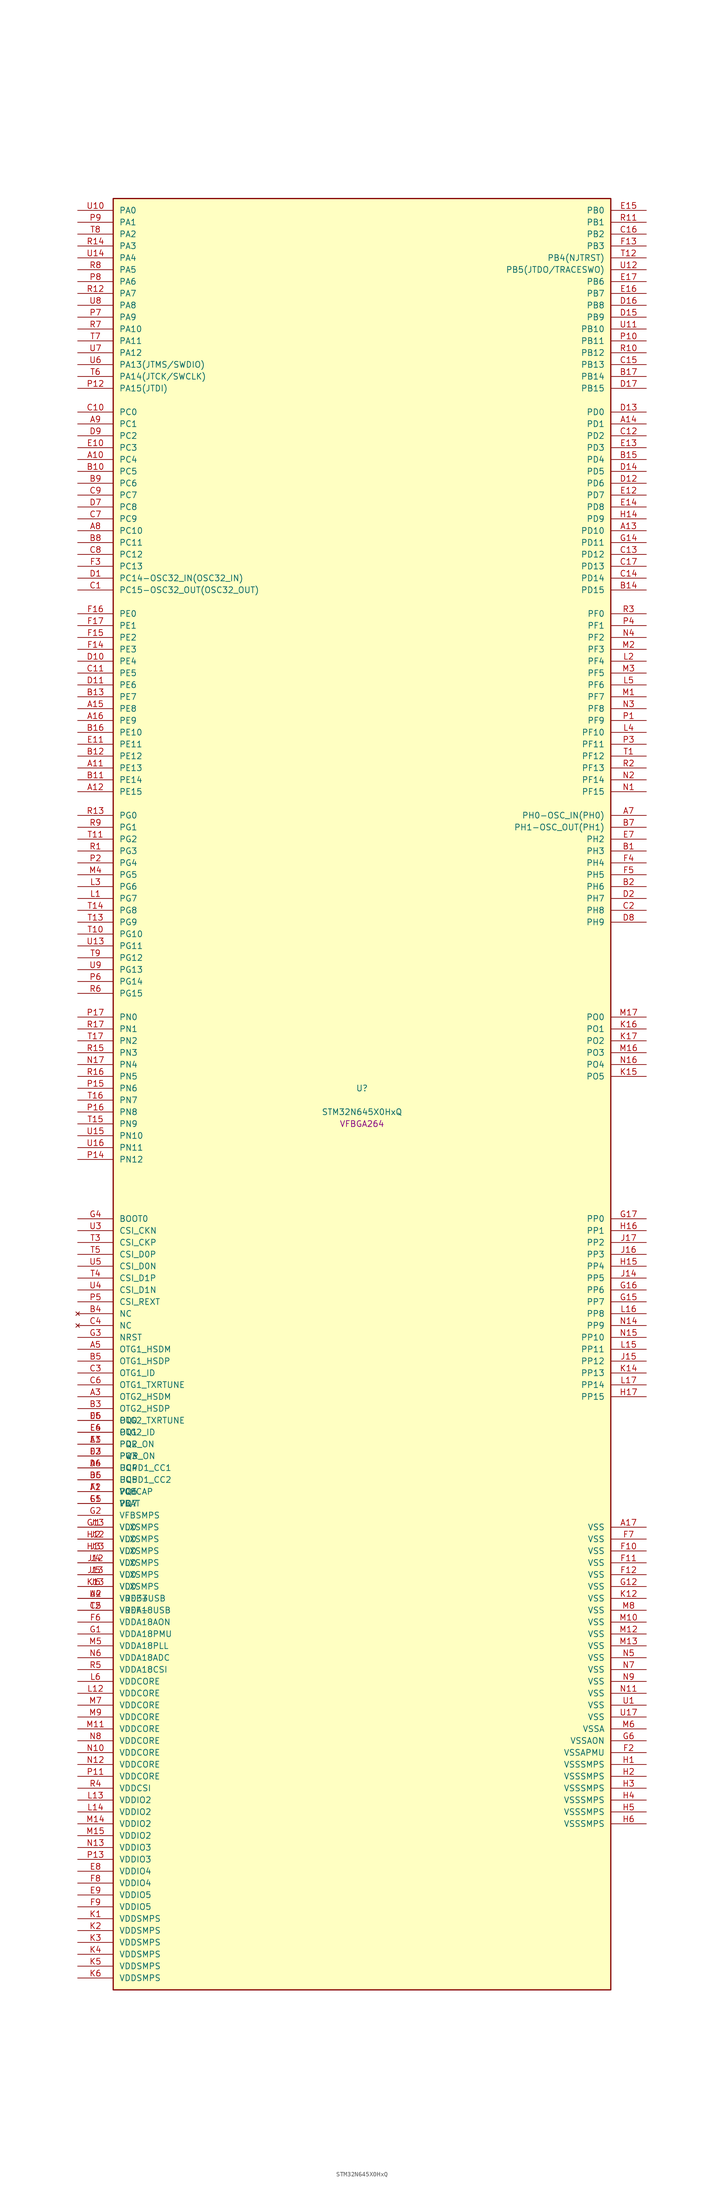
<source format=kicad_sym>
(kicad_symbol_lib
  (version 20241209)
  (generator "stm32_pkl_generator")
  (generator_version "1.0")
  (symbol "STM32N645X0HxQ"
    (pin_names
      (offset 1.27))
    (property "Reference" "U"
      (at 0 2.54 0))
    (property "Value" "STM32N645X0HxQ"
      (at 0 -2.54 0))
    (property "Footprint" "VFBGA264"
      (at 0 -5.08 0))
    (symbol "STM32N645X0HxQ_1_1"
      (rectangle (start -53.34 193.04) (end 53.34 -190.5) (stroke (width 0.254) (type solid)) (fill (type background)))
      (pin bidirectional line (at -60.96 190.5 0) (length 7.62) (name "PA0") (number "U10") (alternate "PA0/ADC1_INN1" bidirectional line) (alternate "PA0/ADC1_INP0" bidirectional line) (alternate "PA0/ADC2_INN1" bidirectional line) (alternate "PA0/ADC2_INP0" bidirectional line) (alternate "PA0/FMC_D7" bidirectional line) (alternate "PA0/FMC_DA7" bidirectional line) (alternate "PA0/HDP_HDP0" bidirectional line) (alternate "PA0/I2S6_WS" bidirectional line) (alternate "PA0/LTDC_G3" bidirectional line) (alternate "PA0/PWR_WKUP1" bidirectional line) (alternate "PA0/SAI2_SD_B" bidirectional line) (alternate "PA0/SDMMC2_CMD" bidirectional line) (alternate "PA0/SPI6_NSS" bidirectional line) (alternate "PA0/TIM15_BKIN" bidirectional line) (alternate "PA0/TIM2_CH1" bidirectional line) (alternate "PA0/TIM5_CH1" bidirectional line) (alternate "PA0/TIM9_CH1" bidirectional line) (alternate "PA0/UART4_TX" bidirectional line) (alternate "PA0/USART2_CTS" bidirectional line) (alternate "PA0/USART2_NSS" bidirectional line))
      (pin bidirectional line (at -60.96 187.96 0) (length 7.62) (name "PA1") (number "P9") (alternate "PA1/ADC1_INP1" bidirectional line) (alternate "PA1/ADC2_INP1" bidirectional line) (alternate "PA1/DCMIPP_D0" bidirectional line) (alternate "PA1/DCMI_D0" bidirectional line) (alternate "PA1/FMC_D6" bidirectional line) (alternate "PA1/FMC_DA6" bidirectional line) (alternate "PA1/HDP_HDP1" bidirectional line) (alternate "PA1/LPTIM3_IN1" bidirectional line) (alternate "PA1/LTDC_G2" bidirectional line) (alternate "PA1/PSSI_D0" bidirectional line) (alternate "PA1/SAI2_MCLK_B" bidirectional line) (alternate "PA1/TIM15_CH1N" bidirectional line) (alternate "PA1/TIM2_CH2" bidirectional line) (alternate "PA1/TIM5_CH2" bidirectional line) (alternate "PA1/UART4_RX" bidirectional line) (alternate "PA1/USART2_RTS" bidirectional line))
      (pin bidirectional line (at -60.96 185.42 0) (length 7.62) (name "PA2") (number "T8") (alternate "PA2/ADC1_INP14" bidirectional line) (alternate "PA2/ADC2_INP14" bidirectional line) (alternate "PA2/FMC_D5" bidirectional line) (alternate "PA2/FMC_DA5" bidirectional line) (alternate "PA2/HDP_HDP2" bidirectional line) (alternate "PA2/LPTIM3_IN2" bidirectional line) (alternate "PA2/LTDC_B7" bidirectional line) (alternate "PA2/MDIOS_MDIO" bidirectional line) (alternate "PA2/PWR_WKUP2" bidirectional line) (alternate "PA2/SAI2_SCK_B" bidirectional line) (alternate "PA2/TIM15_CH1" bidirectional line) (alternate "PA2/TIM2_CH3" bidirectional line) (alternate "PA2/TIM5_CH3" bidirectional line) (alternate "PA2/USART2_TX" bidirectional line))
      (pin bidirectional line (at -60.96 182.88 0) (length 7.62) (name "PA3") (number "R14") (alternate "PA3/FMC_A17" bidirectional line) (alternate "PA3/FMC_ALE" bidirectional line) (alternate "PA3/SAI1_SD_B" bidirectional line) (alternate "PA3/SPI5_NSS" bidirectional line) (alternate "PA3/TIM16_CH1" bidirectional line) (alternate "PA3/UART7_RX" bidirectional line))
      (pin bidirectional line (at -60.96 180.34 0) (length 7.62) (name "PA4") (number "U14") (alternate "PA4/DCMIPP_D3" bidirectional line) (alternate "PA4/DCMI_D3" bidirectional line) (alternate "PA4/FMC_A13" bidirectional line) (alternate "PA4/PSSI_D3" bidirectional line) (alternate "PA4/SPI5_MOSI" bidirectional line) (alternate "PA4/USART6_RX" bidirectional line))
      (pin bidirectional line (at -60.96 177.8 0) (length 7.62) (name "PA5") (number "R8") (alternate "PA5/ADC2_INP18" bidirectional line) (alternate "PA5/DCMIPP_D8" bidirectional line) (alternate "PA5/DCMI_D8" bidirectional line) (alternate "PA5/FMC_NOE" bidirectional line) (alternate "PA5/HDP_HDP5" bidirectional line) (alternate "PA5/I2S1_CK" bidirectional line) (alternate "PA5/I2S6_CK" bidirectional line) (alternate "PA5/I3C1_SCL" bidirectional line) (alternate "PA5/LTDC_CLK" bidirectional line) (alternate "PA5/PSSI_D8" bidirectional line) (alternate "PA5/PWR_CSTOP" bidirectional line) (alternate "PA5/SPI1_SCK" bidirectional line) (alternate "PA5/SPI6_SCK" bidirectional line) (alternate "PA5/TIM10_CH1" bidirectional line) (alternate "PA5/TIM2_CH1" bidirectional line) (alternate "PA5/TIM2_ETR" bidirectional line) (alternate "PA5/TIM9_CH2" bidirectional line))
      (pin bidirectional line (at -60.96 175.26 0) (length 7.62) (name "PA6") (number "P8") (alternate "PA6/ADC1_INP3" bidirectional line) (alternate "PA6/ADC2_INP3" bidirectional line) (alternate "PA6/BOOT1" bidirectional line) (alternate "PA6/DCMIPP_PIXCLK" bidirectional line) (alternate "PA6/DCMI_PIXCLK" bidirectional line) (alternate "PA6/HDP_HDP6" bidirectional line) (alternate "PA6/I2S1_SDI" bidirectional line) (alternate "PA6/I2S6_SDI" bidirectional line) (alternate "PA6/I3C1_SDA" bidirectional line) (alternate "PA6/LPTIM3_ETR" bidirectional line) (alternate "PA6/LTDC_B7" bidirectional line) (alternate "PA6/LTDC_HSYNC" bidirectional line) (alternate "PA6/MDIOS_MDC" bidirectional line) (alternate "PA6/PSSI_PDCK" bidirectional line) (alternate "PA6/SPI1_MISO" bidirectional line) (alternate "PA6/SPI6_MISO" bidirectional line) (alternate "PA6/TIM13_CH1" bidirectional line) (alternate "PA6/TIM1_BKIN" bidirectional line) (alternate "PA6/TIM3_CH1" bidirectional line))
      (pin bidirectional line (at -60.96 172.72 0) (length 7.62) (name "PA7") (number "R12") (alternate "PA7/HDP_HDP7" bidirectional line) (alternate "PA7/I2S1_SDO" bidirectional line) (alternate "PA7/I2S6_SDO" bidirectional line) (alternate "PA7/LTDC_B1" bidirectional line) (alternate "PA7/LTDC_R4" bidirectional line) (alternate "PA7/SPI1_MOSI" bidirectional line) (alternate "PA7/SPI6_MOSI" bidirectional line) (alternate "PA7/TIM14_CH1" bidirectional line) (alternate "PA7/TIM1_CH1N" bidirectional line) (alternate "PA7/TIM3_CH2" bidirectional line) (alternate "PA7/USART1_RX" bidirectional line))
      (pin bidirectional line (at -60.96 170.18 0) (length 7.62) (name "PA8") (number "U8") (alternate "PA8/ADC1_INP5" bidirectional line) (alternate "PA8/ADC2_INP5" bidirectional line) (alternate "PA8/FMC_D4" bidirectional line) (alternate "PA8/FMC_DA4" bidirectional line) (alternate "PA8/HDP_HDP0" bidirectional line) (alternate "PA8/I2C3_SCL" bidirectional line) (alternate "PA8/I3C2_SCL" bidirectional line) (alternate "PA8/LTDC_B6" bidirectional line) (alternate "PA8/RCC_MCO_1" bidirectional line) (alternate "PA8/TIM11_CH1" bidirectional line) (alternate "PA8/TIM1_CH1" bidirectional line) (alternate "PA8/UART7_RX" bidirectional line) (alternate "PA8/USART1_CK" bidirectional line))
      (pin bidirectional line (at -60.96 167.64 0) (length 7.62) (name "PA9") (number "P7") (alternate "PA9/ADC1_INP10" bidirectional line) (alternate "PA9/ADC2_INP10" bidirectional line) (alternate "PA9/DCMIPP_D0" bidirectional line) (alternate "PA9/DCMI_D0" bidirectional line) (alternate "PA9/FMC_D3" bidirectional line) (alternate "PA9/FMC_DA3" bidirectional line) (alternate "PA9/HDP_HDP1" bidirectional line) (alternate "PA9/I2C3_SDA" bidirectional line) (alternate "PA9/I2S2_CK" bidirectional line) (alternate "PA9/I3C2_SDA" bidirectional line) (alternate "PA9/LPUART1_TX" bidirectional line) (alternate "PA9/LTDC_B5" bidirectional line) (alternate "PA9/PSSI_D0" bidirectional line) (alternate "PA9/SPI2_SCK" bidirectional line) (alternate "PA9/TIM1_CH2" bidirectional line) (alternate "PA9/USART1_TX" bidirectional line))
      (pin bidirectional line (at -60.96 165.1 0) (length 7.62) (name "PA10") (number "R7") (alternate "PA10/ADC1_INN10" bidirectional line) (alternate "PA10/ADC1_INP11" bidirectional line) (alternate "PA10/ADC2_INN10" bidirectional line) (alternate "PA10/ADC2_INP11" bidirectional line) (alternate "PA10/DCMIPP_D1" bidirectional line) (alternate "PA10/DCMI_D1" bidirectional line) (alternate "PA10/FMC_D2" bidirectional line) (alternate "PA10/FMC_DA2" bidirectional line) (alternate "PA10/HDP_HDP2" bidirectional line) (alternate "PA10/LPUART1_RX" bidirectional line) (alternate "PA10/LTDC_B4" bidirectional line) (alternate "PA10/MDIOS_MDIO" bidirectional line) (alternate "PA10/PSSI_D1" bidirectional line) (alternate "PA10/PWR_CSLEEP" bidirectional line) (alternate "PA10/TIM1_CH3" bidirectional line) (alternate "PA10/USART1_RX" bidirectional line))
      (pin bidirectional line (at -60.96 162.56 0) (length 7.62) (name "PA11") (number "T7") (alternate "PA11/ADC1_EXTI11" bidirectional line) (alternate "PA11/ADC1_INN11" bidirectional line) (alternate "PA11/ADC1_INP12" bidirectional line) (alternate "PA11/ADC2_EXTI11" bidirectional line) (alternate "PA11/ADC2_INN11" bidirectional line) (alternate "PA11/ADC2_INP12" bidirectional line) (alternate "PA11/FDCAN1_RX" bidirectional line) (alternate "PA11/FMC_D1" bidirectional line) (alternate "PA11/FMC_DA1" bidirectional line) (alternate "PA11/HDP_HDP3" bidirectional line) (alternate "PA11/I2S2_WS" bidirectional line) (alternate "PA11/LPUART1_CTS" bidirectional line) (alternate "PA11/LTDC_B3" bidirectional line) (alternate "PA11/SPI2_NSS" bidirectional line) (alternate "PA11/TIM1_CH4" bidirectional line) (alternate "PA11/UART4_RX" bidirectional line) (alternate "PA11/USART1_CTS" bidirectional line) (alternate "PA11/USART1_NSS" bidirectional line))
      (pin bidirectional line (at -60.96 160.02 0) (length 7.62) (name "PA12") (number "U7") (alternate "PA12/ADC1_INN12" bidirectional line) (alternate "PA12/ADC1_INP13" bidirectional line) (alternate "PA12/ADC2_INN12" bidirectional line) (alternate "PA12/ADC2_INP13" bidirectional line) (alternate "PA12/FDCAN1_TX" bidirectional line) (alternate "PA12/FMC_D0" bidirectional line) (alternate "PA12/FMC_DA0" bidirectional line) (alternate "PA12/HDP_HDP4" bidirectional line) (alternate "PA12/I2S2_CK" bidirectional line) (alternate "PA12/LPUART1_RTS" bidirectional line) (alternate "PA12/LTDC_B2" bidirectional line) (alternate "PA12/SAI2_FS_B" bidirectional line) (alternate "PA12/SPI2_SCK" bidirectional line) (alternate "PA12/TIM1_ETR" bidirectional line) (alternate "PA12/UART4_TX" bidirectional line) (alternate "PA12/USART1_RTS" bidirectional line))
      (pin bidirectional line (at -60.96 157.48 0) (length 7.62) (name "PA13(JTMS/SWDIO)") (number "U6") (alternate "PA13(JTMS/SWDIO)/DEBUG_JTMS-SWDIO" bidirectional line) (alternate "PA13(JTMS/SWDIO)/HDP_HDP5" bidirectional line))
      (pin bidirectional line (at -60.96 154.94 0) (length 7.62) (name "PA14(JTCK/SWCLK)") (number "T6") (alternate "PA14(JTCK/SWCLK)/DEBUG_JTCK-SWCLK" bidirectional line) (alternate "PA14(JTCK/SWCLK)/HDP_HDP6" bidirectional line))
      (pin bidirectional line (at -60.96 152.4 0) (length 7.62) (name "PA15(JTDI)") (number "P12") (alternate "PA15(JTDI)/ADC1_EXTI15" bidirectional line) (alternate "PA15(JTDI)/ADC2_EXTI15" bidirectional line) (alternate "PA15(JTDI)/DEBUG_JTDI" bidirectional line) (alternate "PA15(JTDI)/FMC_D15" bidirectional line) (alternate "PA15(JTDI)/FMC_DA15" bidirectional line) (alternate "PA15(JTDI)/HDP_HDP7" bidirectional line) (alternate "PA15(JTDI)/I2S1_WS" bidirectional line) (alternate "PA15(JTDI)/I2S3_WS" bidirectional line) (alternate "PA15(JTDI)/I2S6_WS" bidirectional line) (alternate "PA15(JTDI)/LTDC_R5" bidirectional line) (alternate "PA15(JTDI)/SPI1_NSS" bidirectional line) (alternate "PA15(JTDI)/SPI3_NSS" bidirectional line) (alternate "PA15(JTDI)/SPI6_NSS" bidirectional line) (alternate "PA15(JTDI)/TIM2_CH1" bidirectional line) (alternate "PA15(JTDI)/TIM2_ETR" bidirectional line) (alternate "PA15(JTDI)/UART4_DE" bidirectional line) (alternate "PA15(JTDI)/UART4_RTS" bidirectional line) (alternate "PA15(JTDI)/UART7_TX" bidirectional line))
      (pin bidirectional line (at 60.96 190.5 180) (length 7.62) (name "PB0") (number "E15") (alternate "PB0/ADF1_SDI0" bidirectional line) (alternate "PB0/DCMIPP_D4" bidirectional line) (alternate "PB0/DCMI_D4" bidirectional line) (alternate "PB0/DEBUG_TRACED1" bidirectional line) (alternate "PB0/FMC_D13" bidirectional line) (alternate "PB0/FMC_DA13" bidirectional line) (alternate "PB0/MDF1_SDI2" bidirectional line) (alternate "PB0/PSSI_D4" bidirectional line) (alternate "PB0/SAI1_D2" bidirectional line) (alternate "PB0/SAI1_FS_A" bidirectional line) (alternate "PB0/SPI4_NSS" bidirectional line) (alternate "PB0/TIM15_CH1N" bidirectional line) (alternate "PB0/TIM1_CH4" bidirectional line))
      (pin bidirectional line (at 60.96 187.96 180) (length 7.62) (name "PB1") (number "R11") (alternate "PB1/FDCAN2_TX" bidirectional line) (alternate "PB1/FMC_NOE" bidirectional line) (alternate "PB1/HDP_HDP1" bidirectional line) (alternate "PB1/LTDC_R1" bidirectional line) (alternate "PB1/TIM1_CH3N" bidirectional line) (alternate "PB1/TIM3_CH4" bidirectional line) (alternate "PB1/TIM9_CH2" bidirectional line) (alternate "PB1/USART2_TX" bidirectional line))
      (pin bidirectional line (at 60.96 185.42 180) (length 7.62) (name "PB2") (number "C16") (alternate "PB2/ADF1_SDI0" bidirectional line) (alternate "PB2/FMC_D2" bidirectional line) (alternate "PB2/FMC_DA2" bidirectional line) (alternate "PB2/HDP_HDP2" bidirectional line) (alternate "PB2/I2S3_SDO" bidirectional line) (alternate "PB2/LTDC_B2" bidirectional line) (alternate "PB2/MDF1_SDI1" bidirectional line) (alternate "PB2/RTC_OUT2" bidirectional line) (alternate "PB2/SAI1_D1" bidirectional line) (alternate "PB2/SAI1_SD_A" bidirectional line) (alternate "PB2/SPI3_MOSI" bidirectional line) (alternate "PB2/TIM1_CH1" bidirectional line))
      (pin bidirectional line (at 60.96 182.88 180) (length 7.62) (name "PB3") (number "F13") (alternate "PB3/DEBUG_JTDO-SWO" bidirectional line) (alternate "PB3/DEBUG_TRACECLK" bidirectional line) (alternate "PB3/FMC_A23" bidirectional line) (alternate "PB3/FMC_NBL1" bidirectional line) (alternate "PB3/GFXTIM_FCKCAL" bidirectional line) (alternate "PB3/GFXTIM_LCKCAL" bidirectional line) (alternate "PB3/HDP_HDP0" bidirectional line) (alternate "PB3/MDF1_CKI1" bidirectional line) (alternate "PB3/SAI2_FS_B" bidirectional line) (alternate "PB3/TIM1_CH4N" bidirectional line) (alternate "PB3/USART1_CK" bidirectional line))
      (pin bidirectional line (at 60.96 180.34 180) (length 7.62) (name "PB4(NJTRST)") (number "T12") (alternate "PB4(NJTRST)/DCMIPP_VSYNC" bidirectional line) (alternate "PB4(NJTRST)/DCMI_VSYNC" bidirectional line) (alternate "PB4(NJTRST)/DEBUG_NJTRST" bidirectional line) (alternate "PB4(NJTRST)/FMC_D13" bidirectional line) (alternate "PB4(NJTRST)/FMC_DA13" bidirectional line) (alternate "PB4(NJTRST)/HDP_HDP4" bidirectional line) (alternate "PB4(NJTRST)/I2S1_SDI" bidirectional line) (alternate "PB4(NJTRST)/I2S2_WS" bidirectional line) (alternate "PB4(NJTRST)/I2S3_SDI" bidirectional line) (alternate "PB4(NJTRST)/I2S6_SDI" bidirectional line) (alternate "PB4(NJTRST)/LPTIM4_ETR" bidirectional line) (alternate "PB4(NJTRST)/LTDC_R3" bidirectional line) (alternate "PB4(NJTRST)/PSSI_RDY" bidirectional line) (alternate "PB4(NJTRST)/SDMMC2_D3" bidirectional line) (alternate "PB4(NJTRST)/SPI1_MISO" bidirectional line) (alternate "PB4(NJTRST)/SPI2_NSS" bidirectional line) (alternate "PB4(NJTRST)/SPI3_MISO" bidirectional line) (alternate "PB4(NJTRST)/SPI6_MISO" bidirectional line) (alternate "PB4(NJTRST)/TIM16_BKIN" bidirectional line) (alternate "PB4(NJTRST)/TIM3_CH1" bidirectional line) (alternate "PB4(NJTRST)/UART7_TX" bidirectional line))
      (pin bidirectional line (at 60.96 177.8 180) (length 7.62) (name "PB5(JTDO/TRACESWO)") (number "U12") (alternate "PB5(JTDO/TRACESWO)/DCMIPP_D10" bidirectional line) (alternate "PB5(JTDO/TRACESWO)/DCMI_D10" bidirectional line) (alternate "PB5(JTDO/TRACESWO)/DEBUG_JTDO-SWO" bidirectional line) (alternate "PB5(JTDO/TRACESWO)/FDCAN2_RX" bidirectional line) (alternate "PB5(JTDO/TRACESWO)/FMC_D12" bidirectional line) (alternate "PB5(JTDO/TRACESWO)/FMC_DA12" bidirectional line) (alternate "PB5(JTDO/TRACESWO)/HDP_HDP5" bidirectional line) (alternate "PB5(JTDO/TRACESWO)/I2C1_SMBA" bidirectional line) (alternate "PB5(JTDO/TRACESWO)/I2S1_SDO" bidirectional line) (alternate "PB5(JTDO/TRACESWO)/I2S3_SDO" bidirectional line) (alternate "PB5(JTDO/TRACESWO)/I2S6_SDO" bidirectional line) (alternate "PB5(JTDO/TRACESWO)/LPTIM4_OUT" bidirectional line) (alternate "PB5(JTDO/TRACESWO)/LTDC_R2" bidirectional line) (alternate "PB5(JTDO/TRACESWO)/PSSI_D10" bidirectional line) (alternate "PB5(JTDO/TRACESWO)/SPI1_MOSI" bidirectional line) (alternate "PB5(JTDO/TRACESWO)/SPI3_MOSI" bidirectional line) (alternate "PB5(JTDO/TRACESWO)/SPI6_MOSI" bidirectional line) (alternate "PB5(JTDO/TRACESWO)/TIM17_BKIN" bidirectional line) (alternate "PB5(JTDO/TRACESWO)/TIM3_CH2" bidirectional line) (alternate "PB5(JTDO/TRACESWO)/UART5_RX" bidirectional line))
      (pin bidirectional line (at 60.96 175.26 180) (length 7.62) (name "PB6") (number "E17") (alternate "PB6/ADF1_CCK1" bidirectional line) (alternate "PB6/DCMIPP_D6" bidirectional line) (alternate "PB6/DCMI_D6" bidirectional line) (alternate "PB6/DEBUG_TRACED2" bidirectional line) (alternate "PB6/FMC_D14" bidirectional line) (alternate "PB6/FMC_DA14" bidirectional line) (alternate "PB6/MDF1_CCK1" bidirectional line) (alternate "PB6/PSSI_D6" bidirectional line) (alternate "PB6/SAI1_CK2" bidirectional line) (alternate "PB6/SAI1_SCK_A" bidirectional line) (alternate "PB6/SPI4_MISO" bidirectional line) (alternate "PB6/TIM15_CH1" bidirectional line))
      (pin bidirectional line (at 60.96 172.72 180) (length 7.62) (name "PB7") (number "E16") (alternate "PB7/ADF1_SDI0" bidirectional line) (alternate "PB7/DCMIPP_D7" bidirectional line) (alternate "PB7/DCMI_D7" bidirectional line) (alternate "PB7/DEBUG_TRACED3" bidirectional line) (alternate "PB7/FMC_D15" bidirectional line) (alternate "PB7/FMC_DA15" bidirectional line) (alternate "PB7/MDF1_SDI1" bidirectional line) (alternate "PB7/PSSI_D7" bidirectional line) (alternate "PB7/SAI1_D1" bidirectional line) (alternate "PB7/SAI1_SD_A" bidirectional line) (alternate "PB7/SAI2_MCLK_B" bidirectional line) (alternate "PB7/SPI4_MOSI" bidirectional line) (alternate "PB7/TIM15_CH2" bidirectional line) (alternate "PB7/TIM1_BKIN2" bidirectional line))
      (pin bidirectional line (at 60.96 170.18 180) (length 7.62) (name "PB8") (number "D16") (alternate "PB8/DCMIPP_VSYNC" bidirectional line) (alternate "PB8/DCMI_VSYNC" bidirectional line) (alternate "PB8/FMC_D1" bidirectional line) (alternate "PB8/FMC_DA1" bidirectional line) (alternate "PB8/I2S1_SDI" bidirectional line) (alternate "PB8/PSSI_RDY" bidirectional line) (alternate "PB8/SAI2_FS_B" bidirectional line) (alternate "PB8/SDMMC2_D0" bidirectional line) (alternate "PB8/SPDIFRX1_IN3" bidirectional line) (alternate "PB8/SPI1_MISO" bidirectional line) (alternate "PB8/USART6_RX" bidirectional line))
      (pin bidirectional line (at 60.96 167.64 180) (length 7.62) (name "PB9") (number "D15") (alternate "PB9/DCMIPP_D3" bidirectional line) (alternate "PB9/DCMI_D3" bidirectional line) (alternate "PB9/FMC_D3" bidirectional line) (alternate "PB9/FMC_DA3" bidirectional line) (alternate "PB9/I2S1_CK" bidirectional line) (alternate "PB9/LPTIM1_IN2" bidirectional line) (alternate "PB9/PSSI_D3" bidirectional line) (alternate "PB9/SDMMC2_D2" bidirectional line) (alternate "PB9/SPDIFRX1_IN0" bidirectional line) (alternate "PB9/SPI1_SCK" bidirectional line) (alternate "PB9/USART10_TX" bidirectional line))
      (pin bidirectional line (at 60.96 165.1 180) (length 7.62) (name "PB10") (number "U11") (alternate "PB10/ADC1_INN4" bidirectional line) (alternate "PB10/ADC1_INP8" bidirectional line) (alternate "PB10/ADC2_INN4" bidirectional line) (alternate "PB10/ADC2_INP8" bidirectional line) (alternate "PB10/FMC_D11" bidirectional line) (alternate "PB10/FMC_DA11" bidirectional line) (alternate "PB10/HDP_HDP2" bidirectional line) (alternate "PB10/I2C2_SCL" bidirectional line) (alternate "PB10/I2S2_CK" bidirectional line) (alternate "PB10/I3C2_SCL" bidirectional line) (alternate "PB10/LPTIM2_IN1" bidirectional line) (alternate "PB10/LTDC_G7" bidirectional line) (alternate "PB10/SPI2_SCK" bidirectional line) (alternate "PB10/TIM2_CH3" bidirectional line) (alternate "PB10/USART3_TX" bidirectional line))
      (pin bidirectional line (at 60.96 162.56 180) (length 7.62) (name "PB11") (number "P10") (alternate "PB11/ADC1_EXTI11" bidirectional line) (alternate "PB11/ADC1_INP4" bidirectional line) (alternate "PB11/ADC2_EXTI11" bidirectional line) (alternate "PB11/ADC2_INP4" bidirectional line) (alternate "PB11/FMC_D10" bidirectional line) (alternate "PB11/FMC_DA10" bidirectional line) (alternate "PB11/HDP_HDP3" bidirectional line) (alternate "PB11/I2C2_SDA" bidirectional line) (alternate "PB11/I3C2_SDA" bidirectional line) (alternate "PB11/LPTIM2_ETR" bidirectional line) (alternate "PB11/LTDC_G6" bidirectional line) (alternate "PB11/TIM2_CH4" bidirectional line) (alternate "PB11/USART3_RX" bidirectional line))
      (pin bidirectional line (at 60.96 160.02 180) (length 7.62) (name "PB12") (number "R10") (alternate "PB12/FDCAN2_RX" bidirectional line) (alternate "PB12/FMC_D9" bidirectional line) (alternate "PB12/FMC_DA9" bidirectional line) (alternate "PB12/HDP_HDP4" bidirectional line) (alternate "PB12/I2C2_SMBA" bidirectional line) (alternate "PB12/I2S2_WS" bidirectional line) (alternate "PB12/LPTIM2_IN2" bidirectional line) (alternate "PB12/LTDC_G5" bidirectional line) (alternate "PB12/SPI2_NSS" bidirectional line) (alternate "PB12/TIM1_BKIN" bidirectional line) (alternate "PB12/UART5_RX" bidirectional line) (alternate "PB12/USART3_CK" bidirectional line))
      (pin bidirectional line (at 60.96 157.48 180) (length 7.62) (name "PB13") (number "C15") (alternate "PB13/DEBUG_TRACED0" bidirectional line) (alternate "PB13/FMC_D5" bidirectional line) (alternate "PB13/FMC_DA5" bidirectional line) (alternate "PB13/I2S6_CK" bidirectional line) (alternate "PB13/LPTIM1_CH1" bidirectional line) (alternate "PB13/LTDC_CLK" bidirectional line) (alternate "PB13/SDMMC2_D6" bidirectional line) (alternate "PB13/SPI6_SCK" bidirectional line) (alternate "PB13/TIM8_CH3N" bidirectional line) (alternate "PB13/USART10_CTS" bidirectional line) (alternate "PB13/USART10_NSS" bidirectional line) (alternate "PB13/USART6_CTS" bidirectional line) (alternate "PB13/USART6_NSS" bidirectional line))
      (pin bidirectional line (at 60.96 154.94 180) (length 7.62) (name "PB14") (number "B17") (alternate "PB14/DCMIPP_D10" bidirectional line) (alternate "PB14/DCMI_D10" bidirectional line) (alternate "PB14/FMC_D7" bidirectional line) (alternate "PB14/FMC_DA7" bidirectional line) (alternate "PB14/LPTIM1_CH2" bidirectional line) (alternate "PB14/LTDC_HSYNC" bidirectional line) (alternate "PB14/PSSI_D10" bidirectional line) (alternate "PB14/TIM8_CH4N" bidirectional line) (alternate "PB14/USART10_CK" bidirectional line) (alternate "PB14/USART6_CTS" bidirectional line) (alternate "PB14/USART6_NSS" bidirectional line))
      (pin bidirectional line (at 60.96 152.4 180) (length 7.62) (name "PB15") (number "D17") (alternate "PB15/ADC1_EXTI15" bidirectional line) (alternate "PB15/ADC2_EXTI15" bidirectional line) (alternate "PB15/FMC_D0" bidirectional line) (alternate "PB15/FMC_DA0" bidirectional line) (alternate "PB15/I2S6_WS" bidirectional line) (alternate "PB15/LTDC_G4" bidirectional line) (alternate "PB15/SPDIFRX1_IN2" bidirectional line) (alternate "PB15/SPI6_NSS" bidirectional line) (alternate "PB15/USART6_RTS" bidirectional line))
      (pin bidirectional line (at -60.96 147.32 0) (length 7.62) (name "PC0") (number "C10") (alternate "PC0/DCMIPP_HSYNC" bidirectional line) (alternate "PC0/DCMI_HSYNC" bidirectional line) (alternate "PC0/FMC_D14" bidirectional line) (alternate "PC0/FMC_DA14" bidirectional line) (alternate "PC0/HDP_HDP3" bidirectional line) (alternate "PC0/I2S1_CK" bidirectional line) (alternate "PC0/I2S3_CK" bidirectional line) (alternate "PC0/I2S6_CK" bidirectional line) (alternate "PC0/LPTIM4_IN1" bidirectional line) (alternate "PC0/LTDC_R4" bidirectional line) (alternate "PC0/MDF1_CKI1" bidirectional line) (alternate "PC0/PSSI_DE" bidirectional line) (alternate "PC0/SDMMC2_D2" bidirectional line) (alternate "PC0/SPI1_SCK" bidirectional line) (alternate "PC0/SPI3_SCK" bidirectional line) (alternate "PC0/SPI6_SCK" bidirectional line) (alternate "PC0/TIM2_CH2" bidirectional line) (alternate "PC0/UART7_RX" bidirectional line))
      (pin bidirectional line (at -60.96 144.78 0) (length 7.62) (name "PC1") (number "A9") (alternate "PC1/DCMIPP_D7" bidirectional line) (alternate "PC1/DCMI_D7" bidirectional line) (alternate "PC1/FDCAN1_TX" bidirectional line) (alternate "PC1/HDP_HDP1" bidirectional line) (alternate "PC1/I2C1_SDA" bidirectional line) (alternate "PC1/I2S2_WS" bidirectional line) (alternate "PC1/I3C1_SDA" bidirectional line) (alternate "PC1/PSSI_D7" bidirectional line) (alternate "PC1/SDMMC1_CDIR" bidirectional line) (alternate "PC1/SDMMC1_D5" bidirectional line) (alternate "PC1/SDMMC2_D5" bidirectional line) (alternate "PC1/SPI2_NSS" bidirectional line) (alternate "PC1/TIM17_CH1" bidirectional line) (alternate "PC1/TIM4_CH4" bidirectional line) (alternate "PC1/UART4_TX" bidirectional line))
      (pin bidirectional line (at -60.96 142.24 0) (length 7.62) (name "PC2") (number "D9") (alternate "PC2/ADF1_SDI0" bidirectional line) (alternate "PC2/DCMIPP_D13" bidirectional line) (alternate "PC2/DCMI_D13" bidirectional line) (alternate "PC2/FMC_NE3" bidirectional line) (alternate "PC2/I2S3_SDO" bidirectional line) (alternate "PC2/MDF1_SDI1" bidirectional line) (alternate "PC2/PSSI_D13" bidirectional line) (alternate "PC2/SAI1_D1" bidirectional line) (alternate "PC2/SAI1_SCK_A" bidirectional line) (alternate "PC2/SDMMC2_CK" bidirectional line) (alternate "PC2/SPI3_MOSI" bidirectional line) (alternate "PC2/USART2_RX" bidirectional line))
      (pin bidirectional line (at -60.96 139.7 0) (length 7.62) (name "PC3") (number "E10") (alternate "PC3/DCMIPP_D2" bidirectional line) (alternate "PC3/DCMI_D2" bidirectional line) (alternate "PC3/FMC_D8" bidirectional line) (alternate "PC3/FMC_DA8" bidirectional line) (alternate "PC3/I2S1_SDO" bidirectional line) (alternate "PC3/PSSI_D2" bidirectional line) (alternate "PC3/SDMMC2_CMD" bidirectional line) (alternate "PC3/SPDIFRX1_IN0" bidirectional line) (alternate "PC3/SPI1_MOSI" bidirectional line) (alternate "PC3/USART2_CK" bidirectional line))
      (pin bidirectional line (at -60.96 137.16 0) (length 7.62) (name "PC4") (number "A10") (alternate "PC4/FMC_NE1" bidirectional line) (alternate "PC4/HDP_HDP6" bidirectional line) (alternate "PC4/I2S2_SDI" bidirectional line) (alternate "PC4/LPTIM2_CH2" bidirectional line) (alternate "PC4/LTDC_DE" bidirectional line) (alternate "PC4/LTDC_VSYNC" bidirectional line) (alternate "PC4/SDMMC2_D0" bidirectional line) (alternate "PC4/SPI2_MISO" bidirectional line) (alternate "PC4/TIM12_CH1" bidirectional line) (alternate "PC4/TIM1_CH2N" bidirectional line) (alternate "PC4/UART4_DE" bidirectional line) (alternate "PC4/UART4_RTS" bidirectional line) (alternate "PC4/USART1_TX" bidirectional line) (alternate "PC4/USART3_RTS" bidirectional line))
      (pin bidirectional line (at -60.96 134.62 0) (length 7.62) (name "PC5") (number "B10") (alternate "PC5/DCMIPP_D2" bidirectional line) (alternate "PC5/DCMI_D2" bidirectional line) (alternate "PC5/FMC_NWE" bidirectional line) (alternate "PC5/I2S1_WS" bidirectional line) (alternate "PC5/PSSI_D2" bidirectional line) (alternate "PC5/SAI2_SD_B" bidirectional line) (alternate "PC5/SDMMC2_D1" bidirectional line) (alternate "PC5/SPI1_NSS" bidirectional line))
      (pin bidirectional line (at -60.96 132.08 0) (length 7.62) (name "PC6") (number "B9") (alternate "PC6/DCMIPP_D1" bidirectional line) (alternate "PC6/DCMI_D1" bidirectional line) (alternate "PC6/HDP_HDP6" bidirectional line) (alternate "PC6/I2S2_MCK" bidirectional line) (alternate "PC6/PSSI_D1" bidirectional line) (alternate "PC6/SDMMC1_D0DIR" bidirectional line) (alternate "PC6/SDMMC1_D6" bidirectional line) (alternate "PC6/SDMMC2_D6" bidirectional line) (alternate "PC6/TIM1_CH1" bidirectional line) (alternate "PC6/TIM3_CH1" bidirectional line) (alternate "PC6/TIM9_CH1" bidirectional line) (alternate "PC6/USART6_TX" bidirectional line))
      (pin bidirectional line (at -60.96 129.54 0) (length 7.62) (name "PC7") (number "C9") (alternate "PC7/DCMIPP_D1" bidirectional line) (alternate "PC7/DCMI_D1" bidirectional line) (alternate "PC7/DEBUG_TRGIO" bidirectional line) (alternate "PC7/HDP_HDP7" bidirectional line) (alternate "PC7/I2S3_MCK" bidirectional line) (alternate "PC7/PSSI_D1" bidirectional line) (alternate "PC7/SDMMC1_D123DIR" bidirectional line) (alternate "PC7/SDMMC1_D7" bidirectional line) (alternate "PC7/SDMMC2_D7" bidirectional line) (alternate "PC7/TIM16_CH1N" bidirectional line) (alternate "PC7/TIM3_CH2" bidirectional line) (alternate "PC7/TIM9_CH2" bidirectional line) (alternate "PC7/USART6_RX" bidirectional line))
      (pin bidirectional line (at -60.96 127 0) (length 7.62) (name "PC8") (number "D7") (alternate "PC8/DCMIPP_D2" bidirectional line) (alternate "PC8/DCMI_D2" bidirectional line) (alternate "PC8/DEBUG_TRACED1" bidirectional line) (alternate "PC8/FMC_NE4" bidirectional line) (alternate "PC8/HDP_HDP0" bidirectional line) (alternate "PC8/I2C3_SMBA" bidirectional line) (alternate "PC8/LTDC_B0" bidirectional line) (alternate "PC8/PSSI_D2" bidirectional line) (alternate "PC8/SDMMC1_D0" bidirectional line) (alternate "PC8/TIM3_CH3" bidirectional line) (alternate "PC8/UART5_DE" bidirectional line) (alternate "PC8/UART5_RTS" bidirectional line) (alternate "PC8/UCPD1_FRSTX1" bidirectional line) (alternate "PC8/USART6_CK" bidirectional line))
      (pin bidirectional line (at -60.96 124.46 0) (length 7.62) (name "PC9") (number "C7") (alternate "PC9/AUDIOCLK" bidirectional line) (alternate "PC9/DCMIPP_D3" bidirectional line) (alternate "PC9/DCMI_D3" bidirectional line) (alternate "PC9/HDP_HDP1" bidirectional line) (alternate "PC9/I2C3_SDA" bidirectional line) (alternate "PC9/LTDC_B3" bidirectional line) (alternate "PC9/PSSI_D3" bidirectional line) (alternate "PC9/RCC_MCO_2" bidirectional line) (alternate "PC9/SDMMC1_D1" bidirectional line) (alternate "PC9/TIM3_CH4" bidirectional line) (alternate "PC9/UART5_CTS" bidirectional line) (alternate "PC9/UCPD1_FRSTX2" bidirectional line) (alternate "PC9/USART6_RX" bidirectional line))
      (pin bidirectional line (at -60.96 121.92 0) (length 7.62) (name "PC10") (number "A8") (alternate "PC10/DCMIPP_D14" bidirectional line) (alternate "PC10/FMC_CLK" bidirectional line) (alternate "PC10/HDP_HDP2" bidirectional line) (alternate "PC10/I2C4_SCL" bidirectional line) (alternate "PC10/I2S3_CK" bidirectional line) (alternate "PC10/I3C2_SCL" bidirectional line) (alternate "PC10/PSSI_D14" bidirectional line) (alternate "PC10/SDMMC1_D2" bidirectional line) (alternate "PC10/SPI3_SCK" bidirectional line) (alternate "PC10/TIM1_BKIN" bidirectional line) (alternate "PC10/UART4_TX" bidirectional line) (alternate "PC10/USART3_TX" bidirectional line))
      (pin bidirectional line (at -60.96 119.38 0) (length 7.62) (name "PC11") (number "B8") (alternate "PC11/ADC1_EXTI11" bidirectional line) (alternate "PC11/ADC2_EXTI11" bidirectional line) (alternate "PC11/DCMIPP_D4" bidirectional line) (alternate "PC11/DCMI_D4" bidirectional line) (alternate "PC11/HDP_HDP3" bidirectional line) (alternate "PC11/I2C4_SDA" bidirectional line) (alternate "PC11/I2S3_SDI" bidirectional line) (alternate "PC11/I3C2_SDA" bidirectional line) (alternate "PC11/PSSI_D4" bidirectional line) (alternate "PC11/SDMMC1_D3" bidirectional line) (alternate "PC11/SPI3_MISO" bidirectional line) (alternate "PC11/UART4_RX" bidirectional line) (alternate "PC11/USART3_RX" bidirectional line))
      (pin bidirectional line (at -60.96 116.84 0) (length 7.62) (name "PC12") (number "C8") (alternate "PC12/DCMIPP_D9" bidirectional line) (alternate "PC12/DCMI_D9" bidirectional line) (alternate "PC12/DEBUG_TRACED3" bidirectional line) (alternate "PC12/FMC_NL" bidirectional line) (alternate "PC12/HDP_HDP4" bidirectional line) (alternate "PC12/I2S3_SDO" bidirectional line) (alternate "PC12/I2S6_CK" bidirectional line) (alternate "PC12/PSSI_D9" bidirectional line) (alternate "PC12/SDMMC1_CK" bidirectional line) (alternate "PC12/SPI3_MOSI" bidirectional line) (alternate "PC12/SPI6_SCK" bidirectional line) (alternate "PC12/TIM15_CH1" bidirectional line) (alternate "PC12/TIM1_CH4" bidirectional line) (alternate "PC12/UART5_TX" bidirectional line) (alternate "PC12/USART3_CK" bidirectional line))
      (pin bidirectional line (at -60.96 114.3 0) (length 7.62) (name "PC13") (number "F3") (alternate "PC13/HDP_HDP5" bidirectional line) (alternate "PC13/PWR_WKUP3" bidirectional line) (alternate "PC13/RTC_OUT1" bidirectional line) (alternate "PC13/RTC_TS" bidirectional line) (alternate "PC13/TAMP_IN1" bidirectional line) (alternate "PC13/TAMP_OUT2" bidirectional line))
      (pin bidirectional line (at -60.96 111.76 0) (length 7.62) (name "PC14-OSC32_IN(OSC32_IN)") (number "D1") (alternate "PC14-OSC32_IN(OSC32_IN)/RCC_OSC32_IN" bidirectional line))
      (pin bidirectional line (at -60.96 109.22 0) (length 7.62) (name "PC15-OSC32_OUT(OSC32_OUT)") (number "C1") (alternate "PC15-OSC32_OUT(OSC32_OUT)/ADC1_EXTI15" bidirectional line) (alternate "PC15-OSC32_OUT(OSC32_OUT)/ADC2_EXTI15" bidirectional line) (alternate "PC15-OSC32_OUT(OSC32_OUT)/RCC_OSC32_OUT" bidirectional line))
      (pin bidirectional line (at 60.96 147.32 180) (length 7.62) (name "PD0") (number "D13") (alternate "PD0/DCMIPP_HSYNC" bidirectional line) (alternate "PD0/DCMI_HSYNC" bidirectional line) (alternate "PD0/FDCAN1_RX" bidirectional line) (alternate "PD0/FMC_A6" bidirectional line) (alternate "PD0/FMC_A22" bidirectional line) (alternate "PD0/PSSI_DE" bidirectional line) (alternate "PD0/TIM1_ETR" bidirectional line) (alternate "PD0/UART4_RX" bidirectional line) (alternate "PD0/UART9_CTS" bidirectional line))
      (pin bidirectional line (at 60.96 144.78 180) (length 7.62) (name "PD1") (number "A14") (alternate "PD1/ETH1_MDC" bidirectional line) (alternate "PD1/FDCAN1_TX" bidirectional line) (alternate "PD1/FMC_A7" bidirectional line) (alternate "PD1/FMC_A23" bidirectional line) (alternate "PD1/UART4_TX" bidirectional line))
      (pin bidirectional line (at 60.96 142.24 180) (length 7.62) (name "PD2") (number "C12") (alternate "PD2/ADF1_SDI0" bidirectional line) (alternate "PD2/DEBUG_TRACED0" bidirectional line) (alternate "PD2/FMC_A0" bidirectional line) (alternate "PD2/FMC_A16" bidirectional line) (alternate "PD2/FMC_CLE" bidirectional line) (alternate "PD2/HDP_HDP1" bidirectional line) (alternate "PD2/I2S2_SDO" bidirectional line) (alternate "PD2/MDF1_SDI1" bidirectional line) (alternate "PD2/MDIOS_MDC" bidirectional line) (alternate "PD2/PWR_WKUP4" bidirectional line) (alternate "PD2/SAI1_D1" bidirectional line) (alternate "PD2/SAI1_SD_A" bidirectional line) (alternate "PD2/SDMMC2_CK" bidirectional line) (alternate "PD2/SPI2_MOSI" bidirectional line) (alternate "PD2/TIM15_CH1N" bidirectional line) (alternate "PD2/TIM1_CH3" bidirectional line))
      (pin bidirectional line (at 60.96 139.7 180) (length 7.62) (name "PD3") (number "E13") (alternate "PD3/DCMIPP_D14" bidirectional line) (alternate "PD3/ETH1_PHY_INTN" bidirectional line) (alternate "PD3/FMC_A10" bidirectional line) (alternate "PD3/I2C2_SMBA" bidirectional line) (alternate "PD3/PSSI_D14" bidirectional line) (alternate "PD3/USART10_RX" bidirectional line) (alternate "PD3/USART6_CTS" bidirectional line))
      (pin bidirectional line (at 60.96 137.16 180) (length 7.62) (name "PD4") (number "B15") (alternate "PD4/DCMIPP_D9" bidirectional line) (alternate "PD4/DCMI_D9" bidirectional line) (alternate "PD4/FMC_A11" bidirectional line) (alternate "PD4/I2C2_SDA" bidirectional line) (alternate "PD4/PSSI_D9" bidirectional line) (alternate "PD4/SPI5_MISO" bidirectional line) (alternate "PD4/TAMP_IN7" bidirectional line) (alternate "PD4/TAMP_OUT8" bidirectional line) (alternate "PD4/TIM1_BKIN2" bidirectional line) (alternate "PD4/USART6_RTS" bidirectional line))
      (pin bidirectional line (at 60.96 134.62 180) (length 7.62) (name "PD5") (number "D14") (alternate "PD5/DCMIPP_PIXCLK" bidirectional line) (alternate "PD5/DCMI_PIXCLK" bidirectional line) (alternate "PD5/FMC_D6" bidirectional line) (alternate "PD5/FMC_DA6" bidirectional line) (alternate "PD5/PSSI_PDCK" bidirectional line) (alternate "PD5/SDMMC2_D7" bidirectional line) (alternate "PD5/TIM1_CH4N" bidirectional line) (alternate "PD5/USART2_TX" bidirectional line))
      (pin bidirectional line (at 60.96 132.08 180) (length 7.62) (name "PD6") (number "D12") (alternate "PD6/FMC_A1" bidirectional line) (alternate "PD6/FMC_A17" bidirectional line) (alternate "PD6/FMC_ALE" bidirectional line) (alternate "PD6/HDP_HDP2" bidirectional line) (alternate "PD6/I2S2_SDI" bidirectional line) (alternate "PD6/SPI2_MISO" bidirectional line) (alternate "PD6/TIM15_CH2" bidirectional line) (alternate "PD6/TIM1_CH1" bidirectional line))
      (pin bidirectional line (at 60.96 129.54 180) (length 7.62) (name "PD7") (number "E12") (alternate "PD7/DCMIPP_D0" bidirectional line) (alternate "PD7/DCMI_D0" bidirectional line) (alternate "PD7/FMC_A2" bidirectional line) (alternate "PD7/FMC_A18" bidirectional line) (alternate "PD7/HDP_HDP3" bidirectional line) (alternate "PD7/I2S2_SDO" bidirectional line) (alternate "PD7/I2S3_WS" bidirectional line) (alternate "PD7/PSSI_D0" bidirectional line) (alternate "PD7/SPI2_MOSI" bidirectional line) (alternate "PD7/SPI3_NSS" bidirectional line) (alternate "PD7/TIM15_CH1N" bidirectional line) (alternate "PD7/TIM1_CH2" bidirectional line))
      (pin bidirectional line (at 60.96 127 180) (length 7.62) (name "PD8") (number "E14") (alternate "PD8/DCMIPP_D11" bidirectional line) (alternate "PD8/DCMI_D11" bidirectional line) (alternate "PD8/FMC_NBL0" bidirectional line) (alternate "PD8/LTDC_R7" bidirectional line) (alternate "PD8/PSSI_D11" bidirectional line) (alternate "PD8/SPDIFRX1_IN1" bidirectional line) (alternate "PD8/TAMP_IN3" bidirectional line) (alternate "PD8/TAMP_OUT4" bidirectional line) (alternate "PD8/USART3_TX" bidirectional line))
      (pin bidirectional line (at 60.96 124.46 180) (length 7.62) (name "PD9") (number "H14") (alternate "PD9/DCMIPP_D11" bidirectional line) (alternate "PD9/DCMI_D11" bidirectional line) (alternate "PD9/FMC_SDCLK" bidirectional line) (alternate "PD9/LTDC_R1" bidirectional line) (alternate "PD9/PSSI_D11" bidirectional line) (alternate "PD9/TAMP_IN5" bidirectional line) (alternate "PD9/TAMP_OUT6" bidirectional line) (alternate "PD9/USART3_RX" bidirectional line))
      (pin bidirectional line (at 60.96 121.92 180) (length 7.62) (name "PD10") (number "A13") (alternate "PD10/DEBUG_TRACECLK" bidirectional line) (alternate "PD10/FMC_A3" bidirectional line) (alternate "PD10/FMC_A19" bidirectional line) (alternate "PD10/GFXTIM_TE" bidirectional line) (alternate "PD10/HDP_HDP4" bidirectional line) (alternate "PD10/I2S1_MCK" bidirectional line) (alternate "PD10/MDF1_CKI3" bidirectional line) (alternate "PD10/SAI2_FS_B" bidirectional line) (alternate "PD10/SPDIFRX1_IN2" bidirectional line) (alternate "PD10/TIM1_ETR" bidirectional line) (alternate "PD10/UCPD1_FRSTX1" bidirectional line))
      (pin bidirectional line (at 60.96 119.38 180) (length 7.62) (name "PD11") (number "G14") (alternate "PD11/ADC1_EXTI11" bidirectional line) (alternate "PD11/ADC2_EXTI11" bidirectional line) (alternate "PD11/DCMIPP_D15" bidirectional line) (alternate "PD11/FMC_D8" bidirectional line) (alternate "PD11/FMC_DA8" bidirectional line) (alternate "PD11/I2C4_SDA" bidirectional line) (alternate "PD11/I2S2_SDI" bidirectional line) (alternate "PD11/PSSI_D15" bidirectional line) (alternate "PD11/SDMMC1_D0" bidirectional line) (alternate "PD11/SPI2_MISO" bidirectional line) (alternate "PD11/UCPD1_FRSTX1" bidirectional line))
      (pin bidirectional line (at 60.96 116.84 180) (length 7.62) (name "PD12") (number "C13") (alternate "PD12/DCMIPP_D12" bidirectional line) (alternate "PD12/DCMI_D12" bidirectional line) (alternate "PD12/ETH1_MDIO" bidirectional line) (alternate "PD12/FMC_A5" bidirectional line) (alternate "PD12/FMC_A21" bidirectional line) (alternate "PD12/HDP_HDP5" bidirectional line) (alternate "PD12/MDF1_SDI3" bidirectional line) (alternate "PD12/PSSI_D12" bidirectional line) (alternate "PD12/SAI1_D3" bidirectional line) (alternate "PD12/SPDIFRX1_IN3" bidirectional line) (alternate "PD12/UCPD1_FRSTX2" bidirectional line))
      (pin bidirectional line (at 60.96 114.3 180) (length 7.62) (name "PD13") (number "C17") (alternate "PD13/DCMIPP_D13" bidirectional line) (alternate "PD13/DCMI_D13" bidirectional line) (alternate "PD13/FMC_D4" bidirectional line) (alternate "PD13/FMC_DA4" bidirectional line) (alternate "PD13/LPTIM1_CH1" bidirectional line) (alternate "PD13/LTDC_R6" bidirectional line) (alternate "PD13/PSSI_D13" bidirectional line) (alternate "PD13/SAI2_SCK_A" bidirectional line) (alternate "PD13/TIM4_CH2" bidirectional line) (alternate "PD13/UART9_RTS" bidirectional line) (alternate "PD13/UCPD1_FRSTX2" bidirectional line))
      (pin bidirectional line (at 60.96 111.76 180) (length 7.62) (name "PD14") (number "C14") (alternate "PD14/FMC_A9" bidirectional line) (alternate "PD14/I2C2_SCL" bidirectional line) (alternate "PD14/USART10_RX" bidirectional line))
      (pin bidirectional line (at 60.96 109.22 180) (length 7.62) (name "PD15") (number "B14") (alternate "PD15/ADC1_EXTI15" bidirectional line) (alternate "PD15/ADC2_EXTI15" bidirectional line) (alternate "PD15/FMC_A8" bidirectional line) (alternate "PD15/I2C2_SDA" bidirectional line) (alternate "PD15/LTDC_R2" bidirectional line) (alternate "PD15/USART10_TX" bidirectional line))
      (pin bidirectional line (at -60.96 104.14 0) (length 7.62) (name "PE0") (number "F16") (alternate "PE0/DCMIPP_D2" bidirectional line) (alternate "PE0/DCMI_D2" bidirectional line) (alternate "PE0/FMC_D9" bidirectional line) (alternate "PE0/FMC_DA9" bidirectional line) (alternate "PE0/LPTIM1_ETR" bidirectional line) (alternate "PE0/LPTIM2_ETR" bidirectional line) (alternate "PE0/PSSI_D2" bidirectional line) (alternate "PE0/SAI2_MCLK_A" bidirectional line) (alternate "PE0/TAMP_IN6" bidirectional line) (alternate "PE0/TAMP_OUT5" bidirectional line) (alternate "PE0/TIM4_ETR" bidirectional line) (alternate "PE0/UART8_RX" bidirectional line) (alternate "PE0/USART3_RX" bidirectional line))
      (pin bidirectional line (at -60.96 101.6 0) (length 7.62) (name "PE1") (number "F17") (alternate "PE1/DCMIPP_D8" bidirectional line) (alternate "PE1/DCMI_D8" bidirectional line) (alternate "PE1/FMC_D10" bidirectional line) (alternate "PE1/FMC_DA10" bidirectional line) (alternate "PE1/LPTIM1_IN2" bidirectional line) (alternate "PE1/LPTIM2_CH2" bidirectional line) (alternate "PE1/PSSI_D8" bidirectional line) (alternate "PE1/UART8_TX" bidirectional line) (alternate "PE1/USART3_TX" bidirectional line))
      (pin bidirectional line (at -60.96 99.06 0) (length 7.62) (name "PE2") (number "F15") (alternate "PE2/ADF1_CCK0" bidirectional line) (alternate "PE2/DEBUG_TRACECLK" bidirectional line) (alternate "PE2/FMC_D11" bidirectional line) (alternate "PE2/FMC_DA11" bidirectional line) (alternate "PE2/LPTIM5_IN1" bidirectional line) (alternate "PE2/MDF1_CCK0" bidirectional line) (alternate "PE2/SAI1_CK1" bidirectional line) (alternate "PE2/SAI1_MCLK_A" bidirectional line) (alternate "PE2/SPI4_SCK" bidirectional line) (alternate "PE2/TIM1_CH2N" bidirectional line) (alternate "PE2/UCPD1_FRSTX1" bidirectional line))
      (pin bidirectional line (at -60.96 96.52 0) (length 7.62) (name "PE3") (number "F14") (alternate "PE3/DEBUG_TRACED0" bidirectional line) (alternate "PE3/FMC_D12" bidirectional line) (alternate "PE3/FMC_DA12" bidirectional line) (alternate "PE3/LPTIM5_ETR" bidirectional line) (alternate "PE3/MDF1_CKI2" bidirectional line) (alternate "PE3/SAI1_SD_B" bidirectional line) (alternate "PE3/TIM15_BKIN" bidirectional line))
      (pin bidirectional line (at -60.96 93.98 0) (length 7.62) (name "PE4") (number "D10") (alternate "PE4/DCMIPP_D5" bidirectional line) (alternate "PE4/DCMI_D5" bidirectional line) (alternate "PE4/I2S6_SDI" bidirectional line) (alternate "PE4/LPTIM1_IN1" bidirectional line) (alternate "PE4/LTDC_G1" bidirectional line) (alternate "PE4/PSSI_D5" bidirectional line) (alternate "PE4/SDMMC2_D3" bidirectional line) (alternate "PE4/SPDIFRX1_IN1" bidirectional line) (alternate "PE4/SPI6_MISO" bidirectional line) (alternate "PE4/USART10_RX" bidirectional line) (alternate "PE4/USART6_RTS" bidirectional line))
      (pin bidirectional line (at -60.96 91.44 0) (length 7.62) (name "PE5") (number "C11") (alternate "PE5/DCMIPP_D5" bidirectional line) (alternate "PE5/DCMI_D5" bidirectional line) (alternate "PE5/FDCAN2_TX" bidirectional line) (alternate "PE5/FMC_SDNE1" bidirectional line) (alternate "PE5/HDP_HDP6" bidirectional line) (alternate "PE5/I2C1_SCL" bidirectional line) (alternate "PE5/I3C1_SCL" bidirectional line) (alternate "PE5/LPUART1_TX" bidirectional line) (alternate "PE5/PSSI_D5" bidirectional line) (alternate "PE5/TIM16_CH1N" bidirectional line) (alternate "PE5/TIM4_CH1" bidirectional line) (alternate "PE5/UART5_TX" bidirectional line) (alternate "PE5/USART1_TX" bidirectional line))
      (pin bidirectional line (at -60.96 88.9 0) (length 7.62) (name "PE6") (number "D11") (alternate "PE6/DCMIPP_D1" bidirectional line) (alternate "PE6/DCMIPP_VSYNC" bidirectional line) (alternate "PE6/DCMI_D1" bidirectional line) (alternate "PE6/DCMI_VSYNC" bidirectional line) (alternate "PE6/FMC_SDCKE1" bidirectional line) (alternate "PE6/HDP_HDP7" bidirectional line) (alternate "PE6/I2C1_SDA" bidirectional line) (alternate "PE6/I3C1_SDA" bidirectional line) (alternate "PE6/LPUART1_RX" bidirectional line) (alternate "PE6/PSSI_D1" bidirectional line) (alternate "PE6/PSSI_RDY" bidirectional line) (alternate "PE6/TIM17_CH1N" bidirectional line) (alternate "PE6/TIM4_CH2" bidirectional line) (alternate "PE6/UART5_TX" bidirectional line) (alternate "PE6/USART1_RX" bidirectional line))
      (pin bidirectional line (at -60.96 86.36 0) (length 7.62) (name "PE7") (number "B13") (alternate "PE7/FMC_A4" bidirectional line) (alternate "PE7/FMC_A20" bidirectional line) (alternate "PE7/MDF1_CKI0" bidirectional line) (alternate "PE7/SAI2_SD_B" bidirectional line) (alternate "PE7/TIM1_ETR" bidirectional line) (alternate "PE7/UART7_RX" bidirectional line))
      (pin bidirectional line (at -60.96 83.82 0) (length 7.62) (name "PE8") (number "A15") (alternate "PE8/DCMIPP_D4" bidirectional line) (alternate "PE8/DCMI_D4" bidirectional line) (alternate "PE8/FMC_A12" bidirectional line) (alternate "PE8/MDF1_SDI0" bidirectional line) (alternate "PE8/PSSI_D4" bidirectional line) (alternate "PE8/TIM1_CH1N" bidirectional line) (alternate "PE8/UART7_TX" bidirectional line) (alternate "PE8/USART3_TX" bidirectional line))
      (pin bidirectional line (at -60.96 81.28 0) (length 7.62) (name "PE9") (number "A16") (alternate "PE9/FMC_A14" bidirectional line) (alternate "PE9/FMC_BA0" bidirectional line) (alternate "PE9/MDF1_CKI4" bidirectional line) (alternate "PE9/TIM1_CH1" bidirectional line) (alternate "PE9/UART7_RTS" bidirectional line))
      (pin bidirectional line (at -60.96 78.74 0) (length 7.62) (name "PE10") (number "B16") (alternate "PE10/DCMIPP_D3" bidirectional line) (alternate "PE10/DCMI_D3" bidirectional line) (alternate "PE10/DEBUG_TRACECLK" bidirectional line) (alternate "PE10/FMC_A15" bidirectional line) (alternate "PE10/FMC_BA1" bidirectional line) (alternate "PE10/MDF1_SDI4" bidirectional line) (alternate "PE10/PSSI_D3" bidirectional line) (alternate "PE10/TIM1_CH2N" bidirectional line) (alternate "PE10/UART7_CTS" bidirectional line) (alternate "PE10/USART3_RX" bidirectional line))
      (pin bidirectional line (at -60.96 76.2 0) (length 7.62) (name "PE11") (number "E11") (alternate "PE11/ADC1_EXTI11" bidirectional line) (alternate "PE11/ADC2_EXTI11" bidirectional line) (alternate "PE11/FDCAN3_TX" bidirectional line) (alternate "PE11/FMC_SDNWE" bidirectional line) (alternate "PE11/LTDC_VSYNC" bidirectional line) (alternate "PE11/MDF1_CKI5" bidirectional line) (alternate "PE11/SAI2_SD_B" bidirectional line) (alternate "PE11/SPI4_NSS" bidirectional line) (alternate "PE11/TIM1_CH2" bidirectional line))
      (pin bidirectional line (at -60.96 73.66 0) (length 7.62) (name "PE12") (number "B12") (alternate "PE12/FDCAN3_RX" bidirectional line) (alternate "PE12/FMC_SDNRAS" bidirectional line) (alternate "PE12/MDF1_SDI5" bidirectional line) (alternate "PE12/SAI2_SCK_B" bidirectional line) (alternate "PE12/SPI4_SCK" bidirectional line) (alternate "PE12/TIM1_CH3N" bidirectional line))
      (pin bidirectional line (at -60.96 71.12 0) (length 7.62) (name "PE13") (number "A11") (alternate "PE13/ADF1_CCK0" bidirectional line) (alternate "PE13/FMC_SDNCAS" bidirectional line) (alternate "PE13/I2C4_SCL" bidirectional line) (alternate "PE13/SAI2_FS_B" bidirectional line) (alternate "PE13/SPI4_MISO" bidirectional line) (alternate "PE13/TIM1_CH3" bidirectional line))
      (pin bidirectional line (at -60.96 68.58 0) (length 7.62) (name "PE14") (number "B11") (alternate "PE14/ADF1_CCK1" bidirectional line) (alternate "PE14/FMC_NWE" bidirectional line) (alternate "PE14/FMC_SDNE0" bidirectional line) (alternate "PE14/GFXTIM_FCKCAL" bidirectional line) (alternate "PE14/GFXTIM_LCKCAL" bidirectional line) (alternate "PE14/I2C4_SDA" bidirectional line) (alternate "PE14/SAI2_MCLK_B" bidirectional line) (alternate "PE14/SPI4_MOSI" bidirectional line) (alternate "PE14/TIM1_CH4" bidirectional line))
      (pin bidirectional line (at -60.96 66.04 0) (length 7.62) (name "PE15") (number "A12") (alternate "PE15/ADC1_EXTI15" bidirectional line) (alternate "PE15/ADC2_EXTI15" bidirectional line) (alternate "PE15/FMC_SDCKE0" bidirectional line) (alternate "PE15/GFXTIM_FCKCAL" bidirectional line) (alternate "PE15/GFXTIM_LCKCAL" bidirectional line) (alternate "PE15/I2C4_SMBA" bidirectional line) (alternate "PE15/SDMMC1_D0" bidirectional line) (alternate "PE15/SPI5_SCK" bidirectional line) (alternate "PE15/TIM1_BKIN" bidirectional line) (alternate "PE15/USART10_CK" bidirectional line) (alternate "PE15/USART2_CK" bidirectional line))
      (pin bidirectional line (at 60.96 104.14 180) (length 7.62) (name "PF0") (number "R3") (alternate "PF0/DCMIPP_D9" bidirectional line) (alternate "PF0/DCMI_D9" bidirectional line) (alternate "PF0/ETH1_MII_TX_CLK" bidirectional line) (alternate "PF0/ETH1_RGMII_GTX_CLK" bidirectional line) (alternate "PF0/LPTIM5_OUT" bidirectional line) (alternate "PF0/PSSI_D9" bidirectional line) (alternate "PF0/TIM4_CH4" bidirectional line) (alternate "PF0/UART8_RTS" bidirectional line) (alternate "PF0/UART9_TX" bidirectional line) (alternate "PF0/UCPD1_FRSTX2" bidirectional line))
      (pin bidirectional line (at 60.96 101.6 180) (length 7.62) (name "PF1") (number "P4") (alternate "PF1/DCMIPP_D7" bidirectional line) (alternate "PF1/DCMI_D7" bidirectional line) (alternate "PF1/ETH1_TX_ER" bidirectional line) (alternate "PF1/LPTIM1_CH2" bidirectional line) (alternate "PF1/LPTIM2_CH1" bidirectional line) (alternate "PF1/PSSI_D7" bidirectional line) (alternate "PF1/TIM4_CH3" bidirectional line) (alternate "PF1/UART8_CTS" bidirectional line) (alternate "PF1/UART9_RX" bidirectional line) (alternate "PF1/UCPD1_FRSTX1" bidirectional line))
      (pin bidirectional line (at 60.96 99.06 180) (length 7.62) (name "PF2") (number "N4") (alternate "PF2/ETH1_RGMII_CLK125" bidirectional line) (alternate "PF2/FDCAN3_TX" bidirectional line) (alternate "PF2/FMC_NWAIT" bidirectional line) (alternate "PF2/I2S2_CK" bidirectional line) (alternate "PF2/LTDC_B1" bidirectional line) (alternate "PF2/SPI2_SCK" bidirectional line) (alternate "PF2/TIM1_CH3N" bidirectional line) (alternate "PF2/USART2_CTS" bidirectional line) (alternate "PF2/USART2_NSS" bidirectional line))
      (pin bidirectional line (at 60.96 96.52 180) (length 7.62) (name "PF3") (number "M2") (alternate "PF3/ADC1_INP16" bidirectional line) (alternate "PF3/DCMIPP_HSYNC" bidirectional line) (alternate "PF3/DCMI_HSYNC" bidirectional line) (alternate "PF3/ETH1_PPS_OUT" bidirectional line) (alternate "PF3/FDCAN3_RX" bidirectional line) (alternate "PF3/FMC_NL" bidirectional line) (alternate "PF3/LTDC_R4" bidirectional line) (alternate "PF3/PSSI_DE" bidirectional line) (alternate "PF3/USART2_RTS" bidirectional line))
      (pin bidirectional line (at 60.96 93.98 180) (length 7.62) (name "PF4") (number "L2") (alternate "PF4/ADC1_INP18" bidirectional line) (alternate "PF4/DCMIPP_HSYNC" bidirectional line) (alternate "PF4/DCMI_HSYNC" bidirectional line) (alternate "PF4/ETH1_MDIO" bidirectional line) (alternate "PF4/HDP_HDP4" bidirectional line) (alternate "PF4/I2S1_WS" bidirectional line) (alternate "PF4/I2S3_WS" bidirectional line) (alternate "PF4/I2S6_WS" bidirectional line) (alternate "PF4/LPTIM3_CH2" bidirectional line) (alternate "PF4/LTDC_R3" bidirectional line) (alternate "PF4/PSSI_DE" bidirectional line) (alternate "PF4/SPI1_NSS" bidirectional line) (alternate "PF4/SPI3_NSS" bidirectional line) (alternate "PF4/SPI6_NSS" bidirectional line) (alternate "PF4/TIM5_ETR" bidirectional line) (alternate "PF4/USART2_CK" bidirectional line))
      (pin bidirectional line (at 60.96 91.44 180) (length 7.62) (name "PF5") (number "M3") (alternate "PF5/DCMIPP_D6" bidirectional line) (alternate "PF5/DCMI_D6" bidirectional line) (alternate "PF5/ETH1_CLK" bidirectional line) (alternate "PF5/FMC_NE3" bidirectional line) (alternate "PF5/LPTIM2_IN2" bidirectional line) (alternate "PF5/LTDC_G0" bidirectional line) (alternate "PF5/PSSI_D6" bidirectional line) (alternate "PF5/SAI2_SD_A" bidirectional line) (alternate "PF5/TIM1_ETR" bidirectional line) (alternate "PF5/USART3_CTS" bidirectional line) (alternate "PF5/USART3_NSS" bidirectional line))
      (pin bidirectional line (at 60.96 88.9 180) (length 7.62) (name "PF6") (number "L5") (alternate "PF6/ADC1_INP15" bidirectional line) (alternate "PF6/ADC2_INP15" bidirectional line) (alternate "PF6/ETH1_MII_COL" bidirectional line) (alternate "PF6/GFXTIM_FCKCAL" bidirectional line) (alternate "PF6/GFXTIM_LCKCAL" bidirectional line) (alternate "PF6/HDP_HDP3" bidirectional line) (alternate "PF6/I2S6_MCK" bidirectional line) (alternate "PF6/LPTIM3_CH1" bidirectional line) (alternate "PF6/LTDC_DE" bidirectional line) (alternate "PF6/SPI1_RDY" bidirectional line) (alternate "PF6/SPI4_RDY" bidirectional line) (alternate "PF6/SPI5_RDY" bidirectional line) (alternate "PF6/TIM15_CH2" bidirectional line) (alternate "PF6/TIM1_CH3" bidirectional line) (alternate "PF6/TIM2_CH4" bidirectional line) (alternate "PF6/TIM5_CH4" bidirectional line) (alternate "PF6/USART2_RX" bidirectional line))
      (pin bidirectional line (at 60.96 86.36 180) (length 7.62) (name "PF7") (number "M1") (alternate "PF7/ADC1_INN5" bidirectional line) (alternate "PF7/ADC1_INP9" bidirectional line) (alternate "PF7/ADC2_INN5" bidirectional line) (alternate "PF7/ADC2_INP9" bidirectional line) (alternate "PF7/ETH1_MII_RX_CLK" bidirectional line) (alternate "PF7/ETH1_RGMII_RX_CLK" bidirectional line) (alternate "PF7/ETH1_RMII_REF_CLK" bidirectional line) (alternate "PF7/GFXTIM_TE" bidirectional line) (alternate "PF7/HDP_HDP0" bidirectional line) (alternate "PF7/I2S1_CK" bidirectional line) (alternate "PF7/LTDC_VSYNC" bidirectional line) (alternate "PF7/SPI1_SCK" bidirectional line) (alternate "PF7/TIM1_CH2N" bidirectional line) (alternate "PF7/TIM3_CH3" bidirectional line) (alternate "PF7/TIM9_CH1" bidirectional line) (alternate "PF7/UART4_CTS" bidirectional line))
      (pin bidirectional line (at 60.96 83.82 180) (length 7.62) (name "PF8") (number "N3") (alternate "PF8/DEBUG_TRACECLK" bidirectional line) (alternate "PF8/ETH1_MII_RXD2" bidirectional line) (alternate "PF8/ETH1_RGMII_RXD2" bidirectional line) (alternate "PF8/FMC_NWE" bidirectional line) (alternate "PF8/LTDC_R6" bidirectional line) (alternate "PF8/UART9_TX" bidirectional line))
      (pin bidirectional line (at 60.96 81.28 180) (length 7.62) (name "PF9") (number "P1") (alternate "PF9/DEBUG_TRACED0" bidirectional line) (alternate "PF9/ETH1_MII_RXD3" bidirectional line) (alternate "PF9/ETH1_RGMII_RXD3" bidirectional line) (alternate "PF9/LTDC_HSYNC" bidirectional line))
      (pin bidirectional line (at 60.96 78.74 180) (length 7.62) (name "PF10") (number "L4") (alternate "PF10/DCMIPP_D11" bidirectional line) (alternate "PF10/DCMIPP_D15" bidirectional line) (alternate "PF10/DCMI_D11" bidirectional line) (alternate "PF10/ETH1_MII_RX_DV" bidirectional line) (alternate "PF10/ETH1_RGMII_RX_CTL" bidirectional line) (alternate "PF10/ETH1_RMII_CRS_DV" bidirectional line) (alternate "PF10/LTDC_R1" bidirectional line) (alternate "PF10/MDF1_SDI3" bidirectional line) (alternate "PF10/PSSI_D11" bidirectional line) (alternate "PF10/PSSI_D15" bidirectional line) (alternate "PF10/SAI1_D3" bidirectional line) (alternate "PF10/TIM16_BKIN" bidirectional line) (alternate "PF10/UART7_RX" bidirectional line) (alternate "PF10/UCPD1_FRSTX1" bidirectional line))
      (pin bidirectional line (at 60.96 76.2 180) (length 7.62) (name "PF11") (number "P3") (alternate "PF11/ADC1_EXTI11" bidirectional line) (alternate "PF11/ADC1_INP2" bidirectional line) (alternate "PF11/ADC2_EXTI11" bidirectional line) (alternate "PF11/DCMIPP_D15" bidirectional line) (alternate "PF11/ETH1_MII_TX_EN" bidirectional line) (alternate "PF11/ETH1_RGMII_TX_CTL" bidirectional line) (alternate "PF11/ETH1_RMII_TX_EN" bidirectional line) (alternate "PF11/LTDC_B0" bidirectional line) (alternate "PF11/PSSI_D15" bidirectional line) (alternate "PF11/SAI2_SD_B" bidirectional line) (alternate "PF11/SPI5_MOSI" bidirectional line))
      (pin bidirectional line (at 60.96 73.66 180) (length 7.62) (name "PF12") (number "T1") (alternate "PF12/ADC1_INN2" bidirectional line) (alternate "PF12/ADC1_INP6" bidirectional line) (alternate "PF12/DCMIPP_D13" bidirectional line) (alternate "PF12/DCMI_D13" bidirectional line) (alternate "PF12/ETH1_MII_TXD0" bidirectional line) (alternate "PF12/ETH1_RGMII_TXD0" bidirectional line) (alternate "PF12/ETH1_RMII_TXD0" bidirectional line) (alternate "PF12/PSSI_D13" bidirectional line) (alternate "PF12/SPI5_MISO" bidirectional line) (alternate "PF12/USART1_RX" bidirectional line))
      (pin bidirectional line (at 60.96 71.12 180) (length 7.62) (name "PF13") (number "R2") (alternate "PF13/ADC2_INP2" bidirectional line) (alternate "PF13/DCMIPP_D10" bidirectional line) (alternate "PF13/DCMI_D10" bidirectional line) (alternate "PF13/ETH1_MII_TXD1" bidirectional line) (alternate "PF13/ETH1_RGMII_TXD1" bidirectional line) (alternate "PF13/ETH1_RMII_TXD1" bidirectional line) (alternate "PF13/PSSI_D10" bidirectional line) (alternate "PF13/SPI5_NSS" bidirectional line) (alternate "PF13/USART1_TX" bidirectional line))
      (pin bidirectional line (at 60.96 68.58 180) (length 7.62) (name "PF14") (number "N2") (alternate "PF14/ADC2_INN2" bidirectional line) (alternate "PF14/ADC2_INP6" bidirectional line) (alternate "PF14/ETH1_MII_RXD0" bidirectional line) (alternate "PF14/ETH1_RGMII_RXD0" bidirectional line) (alternate "PF14/ETH1_RMII_RXD0" bidirectional line) (alternate "PF14/LTDC_G0" bidirectional line) (alternate "PF14/SPI5_MOSI" bidirectional line) (alternate "PF14/TIM2_CH2" bidirectional line) (alternate "PF14/USART1_CTS" bidirectional line))
      (pin bidirectional line (at 60.96 66.04 180) (length 7.62) (name "PF15") (number "N1") (alternate "PF15/ADC1_EXTI15" bidirectional line) (alternate "PF15/ADC2_EXTI15" bidirectional line) (alternate "PF15/ETH1_MII_RXD1" bidirectional line) (alternate "PF15/ETH1_RGMII_RXD1" bidirectional line) (alternate "PF15/ETH1_RMII_RXD1" bidirectional line) (alternate "PF15/LTDC_G1" bidirectional line) (alternate "PF15/SPI5_SCK" bidirectional line) (alternate "PF15/USART1_RTS" bidirectional line))
      (pin bidirectional line (at -60.96 60.96 0) (length 7.62) (name "PG0") (number "R13") (alternate "PG0/ETH1_PHY_INTN" bidirectional line) (alternate "PG0/LTDC_R0" bidirectional line) (alternate "PG0/LTDC_VSYNC" bidirectional line) (alternate "PG0/TIM12_CH1" bidirectional line) (alternate "PG0/TIM1_CH4N" bidirectional line) (alternate "PG0/UART9_RX" bidirectional line))
      (pin bidirectional line (at -60.96 58.42 0) (length 7.62) (name "PG1") (number "R9") (alternate "PG1/DCMIPP_PIXCLK" bidirectional line) (alternate "PG1/DCMI_PIXCLK" bidirectional line) (alternate "PG1/FMC_A19" bidirectional line) (alternate "PG1/LTDC_G1" bidirectional line) (alternate "PG1/PSSI_PDCK" bidirectional line) (alternate "PG1/SAI1_SCK_B" bidirectional line) (alternate "PG1/SPI5_MISO" bidirectional line) (alternate "PG1/TIM13_CH1" bidirectional line) (alternate "PG1/TIM16_CH1N" bidirectional line) (alternate "PG1/UART7_RTS" bidirectional line))
      (pin bidirectional line (at -60.96 55.88 0) (length 7.62) (name "PG2") (number "T11") (alternate "PG2/DCMIPP_D6" bidirectional line) (alternate "PG2/DCMI_D6" bidirectional line) (alternate "PG2/FMC_A21" bidirectional line) (alternate "PG2/LTDC_R0" bidirectional line) (alternate "PG2/PSSI_D6" bidirectional line) (alternate "PG2/SAI1_FS_B" bidirectional line) (alternate "PG2/SAI2_MCLK_B" bidirectional line) (alternate "PG2/SPI5_MOSI" bidirectional line) (alternate "PG2/TIM14_CH1" bidirectional line) (alternate "PG2/TIM17_CH1N" bidirectional line) (alternate "PG2/UART7_CTS" bidirectional line) (alternate "PG2/USART3_RTS" bidirectional line))
      (pin bidirectional line (at -60.96 53.34 0) (length 7.62) (name "PG3") (number "R1") (alternate "PG3/DCMIPP_HSYNC" bidirectional line) (alternate "PG3/DCMI_HSYNC" bidirectional line) (alternate "PG3/DEBUG_TRACED1" bidirectional line) (alternate "PG3/ETH1_MII_TXD2" bidirectional line) (alternate "PG3/ETH1_RGMII_TXD2" bidirectional line) (alternate "PG3/PSSI_DE" bidirectional line) (alternate "PG3/USART2_TX" bidirectional line))
      (pin bidirectional line (at -60.96 50.8 0) (length 7.62) (name "PG4") (number "P2") (alternate "PG4/ETH1_MII_TXD3" bidirectional line) (alternate "PG4/ETH1_RGMII_TXD3" bidirectional line) (alternate "PG4/LTDC_B0" bidirectional line) (alternate "PG4/TIM1_BKIN2" bidirectional line))
      (pin bidirectional line (at -60.96 48.26 0) (length 7.62) (name "PG5") (number "M4") (alternate "PG5/ETH1_MII_RX_ER" bidirectional line) (alternate "PG5/LTDC_B1" bidirectional line) (alternate "PG5/TIM1_ETR" bidirectional line) (alternate "PG5/USART2_CTS" bidirectional line) (alternate "PG5/USART2_NSS" bidirectional line))
      (pin bidirectional line (at -60.96 45.72 0) (length 7.62) (name "PG6") (number "L3") (alternate "PG6/DCMIPP_D12" bidirectional line) (alternate "PG6/DCMI_D12" bidirectional line) (alternate "PG6/ETH1_MII_CRS" bidirectional line) (alternate "PG6/LTDC_B3" bidirectional line) (alternate "PG6/PSSI_D12" bidirectional line) (alternate "PG6/TIM17_BKIN" bidirectional line) (alternate "PG6/USART6_CK" bidirectional line))
      (pin bidirectional line (at -60.96 43.18 0) (length 7.62) (name "PG7") (number "L1") (alternate "PG7/DCMIPP_D13" bidirectional line) (alternate "PG7/DCMI_D13" bidirectional line) (alternate "PG7/DEBUG_TRACECLK" bidirectional line) (alternate "PG7/ETH1_PHY_INTN" bidirectional line) (alternate "PG7/PSSI_D13" bidirectional line) (alternate "PG7/SAI1_MCLK_A" bidirectional line) (alternate "PG7/USART6_CK" bidirectional line))
      (pin bidirectional line (at -60.96 40.64 0) (length 7.62) (name "PG8") (number "T14") (alternate "PG8/FMC_A20" bidirectional line) (alternate "PG8/HDP_HDP7" bidirectional line) (alternate "PG8/I2S2_SDO" bidirectional line) (alternate "PG8/LTDC_G7" bidirectional line) (alternate "PG8/PWR_PVD_IN" bidirectional line) (alternate "PG8/RTC_REFIN" bidirectional line) (alternate "PG8/SAI1_SCK_B" bidirectional line) (alternate "PG8/SDMMC2_D1" bidirectional line) (alternate "PG8/SPI2_MOSI" bidirectional line) (alternate "PG8/TIM12_CH2" bidirectional line) (alternate "PG8/TIM1_CH3N" bidirectional line) (alternate "PG8/UART4_CTS" bidirectional line) (alternate "PG8/USART1_RX" bidirectional line))
      (pin bidirectional line (at -60.96 38.1 0) (length 7.62) (name "PG9") (number "T13") (alternate "PG9/FMC_D8" bidirectional line) (alternate "PG9/FMC_DA8" bidirectional line) (alternate "PG9/LTDC_R7" bidirectional line))
      (pin bidirectional line (at -60.96 35.56 0) (length 7.62) (name "PG10") (number "T10") (alternate "PG10/DCMIPP_D2" bidirectional line) (alternate "PG10/DCMI_D2" bidirectional line) (alternate "PG10/FDCAN2_TX" bidirectional line) (alternate "PG10/FMC_A16" bidirectional line) (alternate "PG10/FMC_CLE" bidirectional line) (alternate "PG10/HDP_HDP5" bidirectional line) (alternate "PG10/I2S2_CK" bidirectional line) (alternate "PG10/LPTIM2_CH1" bidirectional line) (alternate "PG10/LTDC_G4" bidirectional line) (alternate "PG10/PSSI_D2" bidirectional line) (alternate "PG10/SPI2_SCK" bidirectional line) (alternate "PG10/TIM1_CH1N" bidirectional line) (alternate "PG10/UART5_TX" bidirectional line) (alternate "PG10/USART3_CTS" bidirectional line) (alternate "PG10/USART3_NSS" bidirectional line))
      (pin bidirectional line (at -60.96 33.02 0) (length 7.62) (name "PG11") (number "U13") (alternate "PG11/ADC1_EXTI11" bidirectional line) (alternate "PG11/ADC2_EXTI11" bidirectional line) (alternate "PG11/ETH1_MDC" bidirectional line) (alternate "PG11/LTDC_R6" bidirectional line) (alternate "PG11/UART7_RX" bidirectional line))
      (pin bidirectional line (at -60.96 30.48 0) (length 7.62) (name "PG12") (number "T9") (alternate "PG12/FMC_A18" bidirectional line) (alternate "PG12/LTDC_G0" bidirectional line) (alternate "PG12/SAI1_MCLK_B" bidirectional line) (alternate "PG12/SPI5_SCK" bidirectional line) (alternate "PG12/TIM17_CH1" bidirectional line) (alternate "PG12/UART7_TX" bidirectional line))
      (pin bidirectional line (at -60.96 27.94 0) (length 7.62) (name "PG13") (number "U9") (alternate "PG13/DCMIPP_D12" bidirectional line) (alternate "PG13/DCMI_D12" bidirectional line) (alternate "PG13/FMC_NE1" bidirectional line) (alternate "PG13/LPTIM1_IN1" bidirectional line) (alternate "PG13/LPTIM2_IN1" bidirectional line) (alternate "PG13/LTDC_DE" bidirectional line) (alternate "PG13/PSSI_D12" bidirectional line) (alternate "PG13/SAI2_FS_A" bidirectional line) (alternate "PG13/TIM4_CH1" bidirectional line) (alternate "PG13/USART3_RTS" bidirectional line))
      (pin bidirectional line (at -60.96 25.4 0) (length 7.62) (name "PG14") (number "P6") (alternate "PG14/DCMIPP_D11" bidirectional line) (alternate "PG14/DCMI_D11" bidirectional line) (alternate "PG14/DEBUG_TRACED1" bidirectional line) (alternate "PG14/FMC_NCE" bidirectional line) (alternate "PG14/FMC_NE2" bidirectional line) (alternate "PG14/I2S6_SDO" bidirectional line) (alternate "PG14/LPTIM1_ETR" bidirectional line) (alternate "PG14/LTDC_B1" bidirectional line) (alternate "PG14/PSSI_D11" bidirectional line) (alternate "PG14/SPI6_MOSI" bidirectional line) (alternate "PG14/TIM8_CH4" bidirectional line) (alternate "PG14/USART10_RTS" bidirectional line) (alternate "PG14/USART2_RTS" bidirectional line) (alternate "PG14/USART6_TX" bidirectional line))
      (pin bidirectional line (at -60.96 22.86 0) (length 7.62) (name "PG15") (number "R6") (alternate "PG15/ADC1_EXTI15" bidirectional line) (alternate "PG15/ADC1_INN3" bidirectional line) (alternate "PG15/ADC1_INP7" bidirectional line) (alternate "PG15/ADC2_EXTI15" bidirectional line) (alternate "PG15/ADC2_INN3" bidirectional line) (alternate "PG15/ADC2_INP7" bidirectional line) (alternate "PG15/DCMIPP_D4" bidirectional line) (alternate "PG15/DCMI_D4" bidirectional line) (alternate "PG15/ETH1_MII_RX_CLK" bidirectional line) (alternate "PG15/ETH1_RMII_REF_CLK" bidirectional line) (alternate "PG15/FMC_CLK" bidirectional line) (alternate "PG15/LTDC_B0" bidirectional line) (alternate "PG15/PSSI_D4" bidirectional line) (alternate "PG15/SPI1_RDY" bidirectional line) (alternate "PG15/SPI4_RDY" bidirectional line) (alternate "PG15/SPI5_RDY" bidirectional line) (alternate "PG15/TIM1_CH4" bidirectional line) (alternate "PG15/USART3_CK" bidirectional line))
      (pin bidirectional line (at 60.96 60.96 180) (length 7.62) (name "PH0-OSC_IN(PH0)") (number "A7") (alternate "PH0-OSC_IN(PH0)/RCC_OSC_IN" bidirectional line))
      (pin bidirectional line (at 60.96 58.42 180) (length 7.62) (name "PH1-OSC_OUT(PH1)") (number "B7") (alternate "PH1-OSC_OUT(PH1)/RCC_OSC_OUT" bidirectional line))
      (pin bidirectional line (at 60.96 55.88 180) (length 7.62) (name "PH2") (number "E7") (alternate "PH2/DCMIPP_D11" bidirectional line) (alternate "PH2/DCMI_D11" bidirectional line) (alternate "PH2/DEBUG_TRACED2" bidirectional line) (alternate "PH2/FDCAN1_TX" bidirectional line) (alternate "PH2/FMC_NE3" bidirectional line) (alternate "PH2/PSSI_D11" bidirectional line) (alternate "PH2/SDMMC1_CMD" bidirectional line) (alternate "PH2/TIM15_BKIN" bidirectional line) (alternate "PH2/TIM1_ETR" bidirectional line) (alternate "PH2/TIM3_ETR" bidirectional line) (alternate "PH2/UART5_RX" bidirectional line))
      (pin bidirectional line (at 60.96 53.34 180) (length 7.62) (name "PH3") (number "B1") (alternate "PH3/DEBUG_TRACECLK" bidirectional line) (alternate "PH3/LTDC_B4" bidirectional line) (alternate "PH3/UART7_TX" bidirectional line))
      (pin bidirectional line (at 60.96 50.8 180) (length 7.62) (name "PH4") (number "F4") (alternate "PH4/LTDC_R4" bidirectional line) (alternate "PH4/TAMP_IN4" bidirectional line) (alternate "PH4/TAMP_OUT3" bidirectional line) (alternate "PH4/UART7_TX" bidirectional line))
      (pin bidirectional line (at 60.96 48.26 180) (length 7.62) (name "PH5") (number "F5") (alternate "PH5/ETH1_MDC" bidirectional line) (alternate "PH5/SPI5_SCK" bidirectional line))
      (pin bidirectional line (at 60.96 45.72 180) (length 7.62) (name "PH6") (number "B2") (alternate "PH6/LTDC_B5" bidirectional line) (alternate "PH6/SPI5_NSS" bidirectional line))
      (pin bidirectional line (at 60.96 43.18 180) (length 7.62) (name "PH7") (number "D2") (alternate "PH7/I3C2_SCL" bidirectional line) (alternate "PH7/SPI5_MOSI" bidirectional line))
      (pin bidirectional line (at 60.96 40.64 180) (length 7.62) (name "PH8") (number "C2") (alternate "PH8/I3C2_SDA" bidirectional line) (alternate "PH8/SPI5_MISO" bidirectional line))
      (pin bidirectional line (at 60.96 38.1 180) (length 7.62) (name "PH9") (number "D8") (alternate "PH9/DCMIPP_D6" bidirectional line) (alternate "PH9/DCMI_D6" bidirectional line) (alternate "PH9/FDCAN1_RX" bidirectional line) (alternate "PH9/FMC_D9" bidirectional line) (alternate "PH9/FMC_DA9" bidirectional line) (alternate "PH9/HDP_HDP0" bidirectional line) (alternate "PH9/I2C1_SCL" bidirectional line) (alternate "PH9/I3C1_SCL" bidirectional line) (alternate "PH9/PSSI_D6" bidirectional line) (alternate "PH9/SDMMC1_CKIN" bidirectional line) (alternate "PH9/SDMMC1_D4" bidirectional line) (alternate "PH9/SDMMC2_D4" bidirectional line) (alternate "PH9/TIM16_CH1" bidirectional line) (alternate "PH9/TIM4_CH3" bidirectional line) (alternate "PH9/UART4_RX" bidirectional line) (alternate "PH9/USART3_CK" bidirectional line))
      (pin bidirectional line (at -60.96 17.78 0) (length 7.62) (name "PN0") (number "P17") (alternate "PN0/FMC_A25" bidirectional line) (alternate "PN0/XSPIM_P2_DQS0" bidirectional line))
      (pin bidirectional line (at -60.96 15.24 0) (length 7.62) (name "PN1") (number "R17") (alternate "PN1/FMC_A24" bidirectional line) (alternate "PN1/XSPIM_P2_NCS1" bidirectional line))
      (pin bidirectional line (at -60.96 12.7 0) (length 7.62) (name "PN2") (number "T17") (alternate "PN2/FMC_A23" bidirectional line) (alternate "PN2/XSPIM_P2_IO0" bidirectional line))
      (pin bidirectional line (at -60.96 10.16 0) (length 7.62) (name "PN3") (number "R15") (alternate "PN3/FMC_A22" bidirectional line) (alternate "PN3/XSPIM_P2_IO1" bidirectional line))
      (pin bidirectional line (at -60.96 7.62 0) (length 7.62) (name "PN4") (number "N17") (alternate "PN4/XSPIM_P2_IO2" bidirectional line))
      (pin bidirectional line (at -60.96 5.08 0) (length 7.62) (name "PN5") (number "R16") (alternate "PN5/XSPIM_P2_IO3" bidirectional line))
      (pin bidirectional line (at -60.96 2.54 0) (length 7.62) (name "PN6") (number "P15") (alternate "PN6/XSPIM_P2_CLK" bidirectional line))
      (pin bidirectional line (at -60.96 0 0) (length 7.62) (name "PN7") (number "T16") (alternate "PN7/XSPIM_P2_NCLK" bidirectional line))
      (pin bidirectional line (at -60.96 -2.54 0) (length 7.62) (name "PN8") (number "P16") (alternate "PN8/XSPIM_P2_IO4" bidirectional line))
      (pin bidirectional line (at -60.96 -5.08 0) (length 7.62) (name "PN9") (number "T15") (alternate "PN9/DCMIPP_D5" bidirectional line) (alternate "PN9/DCMI_D5" bidirectional line) (alternate "PN9/PSSI_D5" bidirectional line) (alternate "PN9/XSPIM_P2_IO5" bidirectional line))
      (pin bidirectional line (at -60.96 -7.62 0) (length 7.62) (name "PN10") (number "U15") (alternate "PN10/LTDC_B4" bidirectional line) (alternate "PN10/XSPIM_P2_IO6" bidirectional line))
      (pin bidirectional line (at -60.96 -10.16 0) (length 7.62) (name "PN11") (number "U16") (alternate "PN11/ADC1_EXTI11" bidirectional line) (alternate "PN11/ADC2_EXTI11" bidirectional line) (alternate "PN11/LTDC_B6" bidirectional line) (alternate "PN11/XSPIM_P2_IO7" bidirectional line))
      (pin bidirectional line (at -60.96 -12.7 0) (length 7.62) (name "PN12") (number "P14") (alternate "PN12/XSPIM_P2_NCS2" bidirectional line))
      (pin bidirectional line (at 60.96 17.78 180) (length 7.62) (name "PO0") (number "M17") (alternate "PO0/FMC_A22" bidirectional line) (alternate "PO0/XSPIM_P1_NCS1" bidirectional line))
      (pin bidirectional line (at 60.96 15.24 180) (length 7.62) (name "PO1") (number "K16") (alternate "PO1/FMC_A23" bidirectional line) (alternate "PO1/XSPIM_P1_NCS2" bidirectional line))
      (pin bidirectional line (at 60.96 12.7 180) (length 7.62) (name "PO2") (number "K17") (alternate "PO2/FMC_A24" bidirectional line) (alternate "PO2/LTDC_B7" bidirectional line) (alternate "PO2/XSPIM_P1_DQS0" bidirectional line))
      (pin bidirectional line (at 60.96 10.16 180) (length 7.62) (name "PO3") (number "M16") (alternate "PO3/FMC_A25" bidirectional line) (alternate "PO3/LTDC_G3" bidirectional line) (alternate "PO3/XSPIM_P1_DQS1" bidirectional line))
      (pin bidirectional line (at 60.96 7.62 180) (length 7.62) (name "PO4") (number "N16") (alternate "PO4/FMC_A24" bidirectional line) (alternate "PO4/FMC_NBL2" bidirectional line) (alternate "PO4/LTDC_B4" bidirectional line) (alternate "PO4/XSPIM_P1_CLK" bidirectional line))
      (pin bidirectional line (at 60.96 5.08 180) (length 7.62) (name "PO5") (number "K15") (alternate "PO5/FMC_A25" bidirectional line) (alternate "PO5/FMC_NBL3" bidirectional line) (alternate "PO5/XSPIM_P1_NCLK" bidirectional line))
      (pin input line (at -60.96 -25.4 0) (length 7.62) (name "BOOT0") (number "G4"))
      (pin bidirectional line (at -60.96 -27.94 0) (length 7.62) (name "CSI_CKN") (number "U3") (alternate "CSI_CKN/CSI_CKN" bidirectional line))
      (pin bidirectional line (at -60.96 -30.48 0) (length 7.62) (name "CSI_CKP") (number "T3") (alternate "CSI_CKP/CSI_CKP" bidirectional line))
      (pin bidirectional line (at -60.96 -33.02 0) (length 7.62) (name "CSI_D0P") (number "T5") (alternate "CSI_D0P/CSI_D0P" bidirectional line))
      (pin bidirectional line (at -60.96 -35.56 0) (length 7.62) (name "CSI_D0N") (number "U5") (alternate "CSI_D0N/CSI_D0N" bidirectional line))
      (pin bidirectional line (at -60.96 -38.1 0) (length 7.62) (name "CSI_D1P") (number "T4") (alternate "CSI_D1P/CSI_D1P" bidirectional line))
      (pin bidirectional line (at -60.96 -40.64 0) (length 7.62) (name "CSI_D1N") (number "U4") (alternate "CSI_D1N/CSI_D1N" bidirectional line))
      (pin bidirectional line (at -60.96 -43.18 0) (length 7.62) (name "CSI_REXT") (number "P5") (alternate "CSI_REXT/CSI_REXT" bidirectional line))
      (pin no_connect line (at -60.96 -45.72 0) (length 7.62) (name "NC") (number "B4"))
      (pin no_connect line (at -60.96 -48.26 0) (length 7.62) (name "NC") (number "C4"))
      (pin input line (at -60.96 -50.8 0) (length 7.62) (name "NRST") (number "G3"))
      (pin bidirectional line (at -60.96 -53.34 0) (length 7.62) (name "OTG1_HSDM") (number "A5") (alternate "OTG1_HSDM/USB1_OTG_HS_DM" bidirectional line))
      (pin bidirectional line (at -60.96 -55.88 0) (length 7.62) (name "OTG1_HSDP") (number "B5") (alternate "OTG1_HSDP/USB1_OTG_HS_DP" bidirectional line))
      (pin bidirectional line (at -60.96 -58.42 0) (length 7.62) (name "OTG1_ID") (number "C3") (alternate "OTG1_ID/USB1_OTG_HS_ID" bidirectional line))
      (pin bidirectional line (at -60.96 -60.96 0) (length 7.62) (name "OTG1_TXRTUNE") (number "C6"))
      (pin bidirectional line (at -60.96 -63.5 0) (length 7.62) (name "OTG2_HSDM") (number "A3") (alternate "OTG2_HSDM/USB2_OTG_HS_DM" bidirectional line))
      (pin bidirectional line (at -60.96 -66.04 0) (length 7.62) (name "OTG2_HSDP") (number "B3") (alternate "OTG2_HSDP/USB2_OTG_HS_DP" bidirectional line))
      (pin bidirectional line (at -60.96 -68.58 0) (length 7.62) (name "OTG2_TXRTUNE") (number "D6"))
      (pin bidirectional line (at -60.96 -71.12 0) (length 7.62) (name "OTG2_ID") (number "E6") (alternate "OTG2_ID/USB2_OTG_HS_ID" bidirectional line))
      (pin bidirectional line (at -60.96 -73.66 0) (length 7.62) (name "PDR_ON") (number "A1"))
      (pin bidirectional line (at -60.96 -76.2 0) (length 7.62) (name "PWR_ON") (number "E2"))
      (pin bidirectional line (at -60.96 -78.74 0) (length 7.62) (name "UCPD1_CC1") (number "A6") (alternate "UCPD1_CC1/UCPD1_CC1" bidirectional line))
      (pin bidirectional line (at -60.96 -81.28 0) (length 7.62) (name "UCPD1_CC2") (number "B6") (alternate "UCPD1_CC2/UCPD1_CC2" bidirectional line))
      (pin power_in line (at -60.96 -83.82 0) (length 7.62) (name "V08CAP") (number "F1"))
      (pin power_in line (at -60.96 -86.36 0) (length 7.62) (name "VBAT") (number "E1"))
      (pin power_in line (at -60.96 -88.9 0) (length 7.62) (name "VFBSMPS") (number "G2"))
      (pin power_in line (at -60.96 -91.44 0) (length 7.62) (name "VLXSMPS") (number "J1"))
      (pin power_in line (at -60.96 -93.98 0) (length 7.62) (name "VLXSMPS") (number "J2"))
      (pin power_in line (at -60.96 -96.52 0) (length 7.62) (name "VLXSMPS") (number "J3"))
      (pin power_in line (at -60.96 -99.06 0) (length 7.62) (name "VLXSMPS") (number "J4"))
      (pin power_in line (at -60.96 -101.6 0) (length 7.62) (name "VLXSMPS") (number "J5"))
      (pin power_in line (at -60.96 -104.14 0) (length 7.62) (name "VLXSMPS") (number "J6"))
      (pin bidirectional line (at -60.96 -106.68 0) (length 7.62) (name "VREF+") (number "U2"))
      (pin power_in line (at -60.96 -109.22 0) (length 7.62) (name "VREF-") (number "T2"))
      (pin bidirectional line (at 60.96 -25.4 180) (length 7.62) (name "PP0") (number "G17") (alternate "PP0/FMC_D16" bidirectional line) (alternate "PP0/XSPIM_P1_IO0" bidirectional line))
      (pin bidirectional line (at 60.96 -27.94 180) (length 7.62) (name "PP1") (number "H16") (alternate "PP1/FMC_D17" bidirectional line) (alternate "PP1/XSPIM_P1_IO1" bidirectional line))
      (pin bidirectional line (at 60.96 -30.48 180) (length 7.62) (name "PP2") (number "J17") (alternate "PP2/FMC_D18" bidirectional line) (alternate "PP2/XSPIM_P1_IO2" bidirectional line))
      (pin bidirectional line (at 60.96 -33.02 180) (length 7.62) (name "PP3") (number "J16") (alternate "PP3/FMC_D19" bidirectional line) (alternate "PP3/XSPIM_P1_IO3" bidirectional line))
      (pin bidirectional line (at 60.96 -35.56 180) (length 7.62) (name "PP4") (number "H15") (alternate "PP4/FMC_D20" bidirectional line) (alternate "PP4/XSPIM_P1_IO4" bidirectional line))
      (pin bidirectional line (at 60.96 -38.1 180) (length 7.62) (name "PP5") (number "J14") (alternate "PP5/FMC_D21" bidirectional line) (alternate "PP5/XSPIM_P1_IO5" bidirectional line))
      (pin bidirectional line (at 60.96 -40.64 180) (length 7.62) (name "PP6") (number "G16") (alternate "PP6/FMC_D22" bidirectional line) (alternate "PP6/XSPIM_P1_IO6" bidirectional line))
      (pin bidirectional line (at 60.96 -43.18 180) (length 7.62) (name "PP7") (number "G15") (alternate "PP7/FMC_D23" bidirectional line) (alternate "PP7/XSPIM_P1_IO7" bidirectional line))
      (pin bidirectional line (at 60.96 -45.72 180) (length 7.62) (name "PP8") (number "L16") (alternate "PP8/FMC_D24" bidirectional line) (alternate "PP8/SPI2_MISO" bidirectional line) (alternate "PP8/XSPIM_P1_IO8" bidirectional line))
      (pin bidirectional line (at 60.96 -48.26 180) (length 7.62) (name "PP9") (number "N14") (alternate "PP9/FMC_D25" bidirectional line) (alternate "PP9/SPI2_MOSI" bidirectional line) (alternate "PP9/XSPIM_P1_IO9" bidirectional line))
      (pin bidirectional line (at 60.96 -50.8 180) (length 7.62) (name "PP10") (number "N15") (alternate "PP10/ETH1_MDC" bidirectional line) (alternate "PP10/FMC_D26" bidirectional line) (alternate "PP10/XSPIM_P1_IO10" bidirectional line))
      (pin bidirectional line (at 60.96 -53.34 180) (length 7.62) (name "PP11") (number "L15") (alternate "PP11/ADC1_EXTI11" bidirectional line) (alternate "PP11/ADC2_EXTI11" bidirectional line) (alternate "PP11/FMC_D27" bidirectional line) (alternate "PP11/XSPIM_P1_IO11" bidirectional line))
      (pin bidirectional line (at 60.96 -55.88 180) (length 7.62) (name "PP12") (number "J15") (alternate "PP12/FMC_D28" bidirectional line) (alternate "PP12/XSPIM_P1_IO12" bidirectional line))
      (pin bidirectional line (at 60.96 -58.42 180) (length 7.62) (name "PP13") (number "K14") (alternate "PP13/FMC_D29" bidirectional line) (alternate "PP13/XSPIM_P1_IO13" bidirectional line))
      (pin bidirectional line (at 60.96 -60.96 180) (length 7.62) (name "PP14") (number "L17") (alternate "PP14/FMC_D30" bidirectional line) (alternate "PP14/XSPIM_P1_IO14" bidirectional line))
      (pin bidirectional line (at 60.96 -63.5 180) (length 7.62) (name "PP15") (number "H17") (alternate "PP15/ADC1_EXTI15" bidirectional line) (alternate "PP15/ADC2_EXTI15" bidirectional line) (alternate "PP15/FMC_D31" bidirectional line) (alternate "PP15/LTDC_B5" bidirectional line) (alternate "PP15/XSPIM_P1_IO15" bidirectional line))
      (pin bidirectional line (at -60.96 -68.58 0) (length 7.62) (name "PQ0") (number "E5") (alternate "PQ0/DEBUG_TRACECLK" bidirectional line) (alternate "PQ0/TIM8_ETR" bidirectional line))
      (pin bidirectional line (at -60.96 -71.12 0) (length 7.62) (name "PQ1") (number "E4") (alternate "PQ1/TIM8_BKIN" bidirectional line))
      (pin bidirectional line (at -60.96 -73.66 0) (length 7.62) (name "PQ2") (number "E3") (alternate "PQ2/SAI2_SCK_B" bidirectional line) (alternate "PQ2/TIM8_BKIN2" bidirectional line))
      (pin bidirectional line (at -60.96 -76.2 0) (length 7.62) (name "PQ3") (number "D3") (alternate "PQ3/TIM8_CH1" bidirectional line))
      (pin bidirectional line (at -60.96 -78.74 0) (length 7.62) (name "PQ4") (number "D4") (alternate "PQ4/TIM8_CH1N" bidirectional line))
      (pin bidirectional line (at -60.96 -81.28 0) (length 7.62) (name "PQ5") (number "D5") (alternate "PQ5/SAI2_FS_B" bidirectional line) (alternate "PQ5/TIM8_CH2" bidirectional line))
      (pin bidirectional line (at -60.96 -83.82 0) (length 7.62) (name "PQ6") (number "A2") (alternate "PQ6/SAI2_SD_B" bidirectional line) (alternate "PQ6/TIM8_CH2N" bidirectional line))
      (pin bidirectional line (at -60.96 -86.36 0) (length 7.62) (name "PQ7") (number "G5") (alternate "PQ7/SAI2_MCLK_B" bidirectional line) (alternate "PQ7/TAMP_IN2" bidirectional line) (alternate "PQ7/TAMP_OUT1" bidirectional line) (alternate "PQ7/TIM8_CH3" bidirectional line))
      (pin power_in line (at -60.96 -91.44 0) (length 7.62) (name "VDD") (number "G13"))
      (pin power_in line (at -60.96 -93.98 0) (length 7.62) (name "VDD") (number "H12"))
      (pin power_in line (at -60.96 -96.52 0) (length 7.62) (name "VDD") (number "H13"))
      (pin power_in line (at -60.96 -99.06 0) (length 7.62) (name "VDD") (number "J12"))
      (pin power_in line (at -60.96 -101.6 0) (length 7.62) (name "VDD") (number "J13"))
      (pin power_in line (at -60.96 -104.14 0) (length 7.62) (name "VDD") (number "K13"))
      (pin power_in line (at -60.96 -106.68 0) (length 7.62) (name "VDD33USB") (number "A4"))
      (pin power_in line (at -60.96 -109.22 0) (length 7.62) (name "VDDA18USB") (number "C5"))
      (pin power_in line (at -60.96 -111.76 0) (length 7.62) (name "VDDA18AON") (number "F6"))
      (pin power_in line (at -60.96 -114.3 0) (length 7.62) (name "VDDA18PMU") (number "G1"))
      (pin power_in line (at -60.96 -116.84 0) (length 7.62) (name "VDDA18PLL") (number "M5"))
      (pin power_in line (at -60.96 -119.38 0) (length 7.62) (name "VDDA18ADC") (number "N6"))
      (pin power_in line (at -60.96 -121.92 0) (length 7.62) (name "VDDA18CSI") (number "R5"))
      (pin power_in line (at -60.96 -124.46 0) (length 7.62) (name "VDDCORE") (number "L6"))
      (pin power_in line (at -60.96 -127 0) (length 7.62) (name "VDDCORE") (number "L12"))
      (pin power_in line (at -60.96 -129.54 0) (length 7.62) (name "VDDCORE") (number "M7"))
      (pin power_in line (at -60.96 -132.08 0) (length 7.62) (name "VDDCORE") (number "M9"))
      (pin power_in line (at -60.96 -134.62 0) (length 7.62) (name "VDDCORE") (number "M11"))
      (pin power_in line (at -60.96 -137.16 0) (length 7.62) (name "VDDCORE") (number "N8"))
      (pin power_in line (at -60.96 -139.7 0) (length 7.62) (name "VDDCORE") (number "N10"))
      (pin power_in line (at -60.96 -142.24 0) (length 7.62) (name "VDDCORE") (number "N12"))
      (pin power_in line (at -60.96 -144.78 0) (length 7.62) (name "VDDCORE") (number "P11"))
      (pin power_in line (at -60.96 -147.32 0) (length 7.62) (name "VDDCSI") (number "R4"))
      (pin power_in line (at -60.96 -149.86 0) (length 7.62) (name "VDDIO2") (number "L13"))
      (pin power_in line (at -60.96 -152.4 0) (length 7.62) (name "VDDIO2") (number "L14"))
      (pin power_in line (at -60.96 -154.94 0) (length 7.62) (name "VDDIO2") (number "M14"))
      (pin power_in line (at -60.96 -157.48 0) (length 7.62) (name "VDDIO2") (number "M15"))
      (pin power_in line (at -60.96 -160.02 0) (length 7.62) (name "VDDIO3") (number "N13"))
      (pin power_in line (at -60.96 -162.56 0) (length 7.62) (name "VDDIO3") (number "P13"))
      (pin power_in line (at -60.96 -165.1 0) (length 7.62) (name "VDDIO4") (number "E8"))
      (pin power_in line (at -60.96 -167.64 0) (length 7.62) (name "VDDIO4") (number "F8"))
      (pin power_in line (at -60.96 -170.18 0) (length 7.62) (name "VDDIO5") (number "E9"))
      (pin power_in line (at -60.96 -172.72 0) (length 7.62) (name "VDDIO5") (number "F9"))
      (pin power_in line (at -60.96 -175.26 0) (length 7.62) (name "VDDSMPS") (number "K1"))
      (pin power_in line (at -60.96 -177.8 0) (length 7.62) (name "VDDSMPS") (number "K2"))
      (pin power_in line (at -60.96 -180.34 0) (length 7.62) (name "VDDSMPS") (number "K3"))
      (pin power_in line (at -60.96 -182.88 0) (length 7.62) (name "VDDSMPS") (number "K4"))
      (pin power_in line (at -60.96 -185.42 0) (length 7.62) (name "VDDSMPS") (number "K5"))
      (pin power_in line (at -60.96 -187.96 0) (length 7.62) (name "VDDSMPS") (number "K6"))
      (pin power_in line (at 60.96 -91.44 180) (length 7.62) (name "VSS") (number "A17"))
      (pin power_in line (at 60.96 -93.98 180) (length 7.62) (name "VSS") (number "F7"))
      (pin power_in line (at 60.96 -96.52 180) (length 7.62) (name "VSS") (number "F10"))
      (pin power_in line (at 60.96 -99.06 180) (length 7.62) (name "VSS") (number "F11"))
      (pin power_in line (at 60.96 -101.6 180) (length 7.62) (name "VSS") (number "F12"))
      (pin power_in line (at 60.96 -104.14 180) (length 7.62) (name "VSS") (number "G12"))
      (pin power_in line (at 60.96 -106.68 180) (length 7.62) (name "VSS") (number "K12"))
      (pin power_in line (at 60.96 -109.22 180) (length 7.62) (name "VSS") (number "M8"))
      (pin power_in line (at 60.96 -111.76 180) (length 7.62) (name "VSS") (number "M10"))
      (pin power_in line (at 60.96 -114.3 180) (length 7.62) (name "VSS") (number "M12"))
      (pin power_in line (at 60.96 -116.84 180) (length 7.62) (name "VSS") (number "M13"))
      (pin power_in line (at 60.96 -119.38 180) (length 7.62) (name "VSS") (number "N5"))
      (pin power_in line (at 60.96 -121.92 180) (length 7.62) (name "VSS") (number "N7"))
      (pin power_in line (at 60.96 -124.46 180) (length 7.62) (name "VSS") (number "N9"))
      (pin power_in line (at 60.96 -127 180) (length 7.62) (name "VSS") (number "N11"))
      (pin power_in line (at 60.96 -129.54 180) (length 7.62) (name "VSS") (number "U1"))
      (pin power_in line (at 60.96 -132.08 180) (length 7.62) (name "VSS") (number "U17"))
      (pin power_in line (at 60.96 -134.62 180) (length 7.62) (name "VSSA") (number "M6"))
      (pin power_in line (at 60.96 -137.16 180) (length 7.62) (name "VSSAON") (number "G6"))
      (pin power_in line (at 60.96 -139.7 180) (length 7.62) (name "VSSAPMU") (number "F2"))
      (pin power_in line (at 60.96 -142.24 180) (length 7.62) (name "VSSSMPS") (number "H1"))
      (pin power_in line (at 60.96 -144.78 180) (length 7.62) (name "VSSSMPS") (number "H2"))
      (pin power_in line (at 60.96 -147.32 180) (length 7.62) (name "VSSSMPS") (number "H3"))
      (pin power_in line (at 60.96 -149.86 180) (length 7.62) (name "VSSSMPS") (number "H4"))
      (pin power_in line (at 60.96 -152.4 180) (length 7.62) (name "VSSSMPS") (number "H5"))
      (pin power_in line (at 60.96 -154.94 180) (length 7.62) (name "VSSSMPS") (number "H6")))))
</source>
